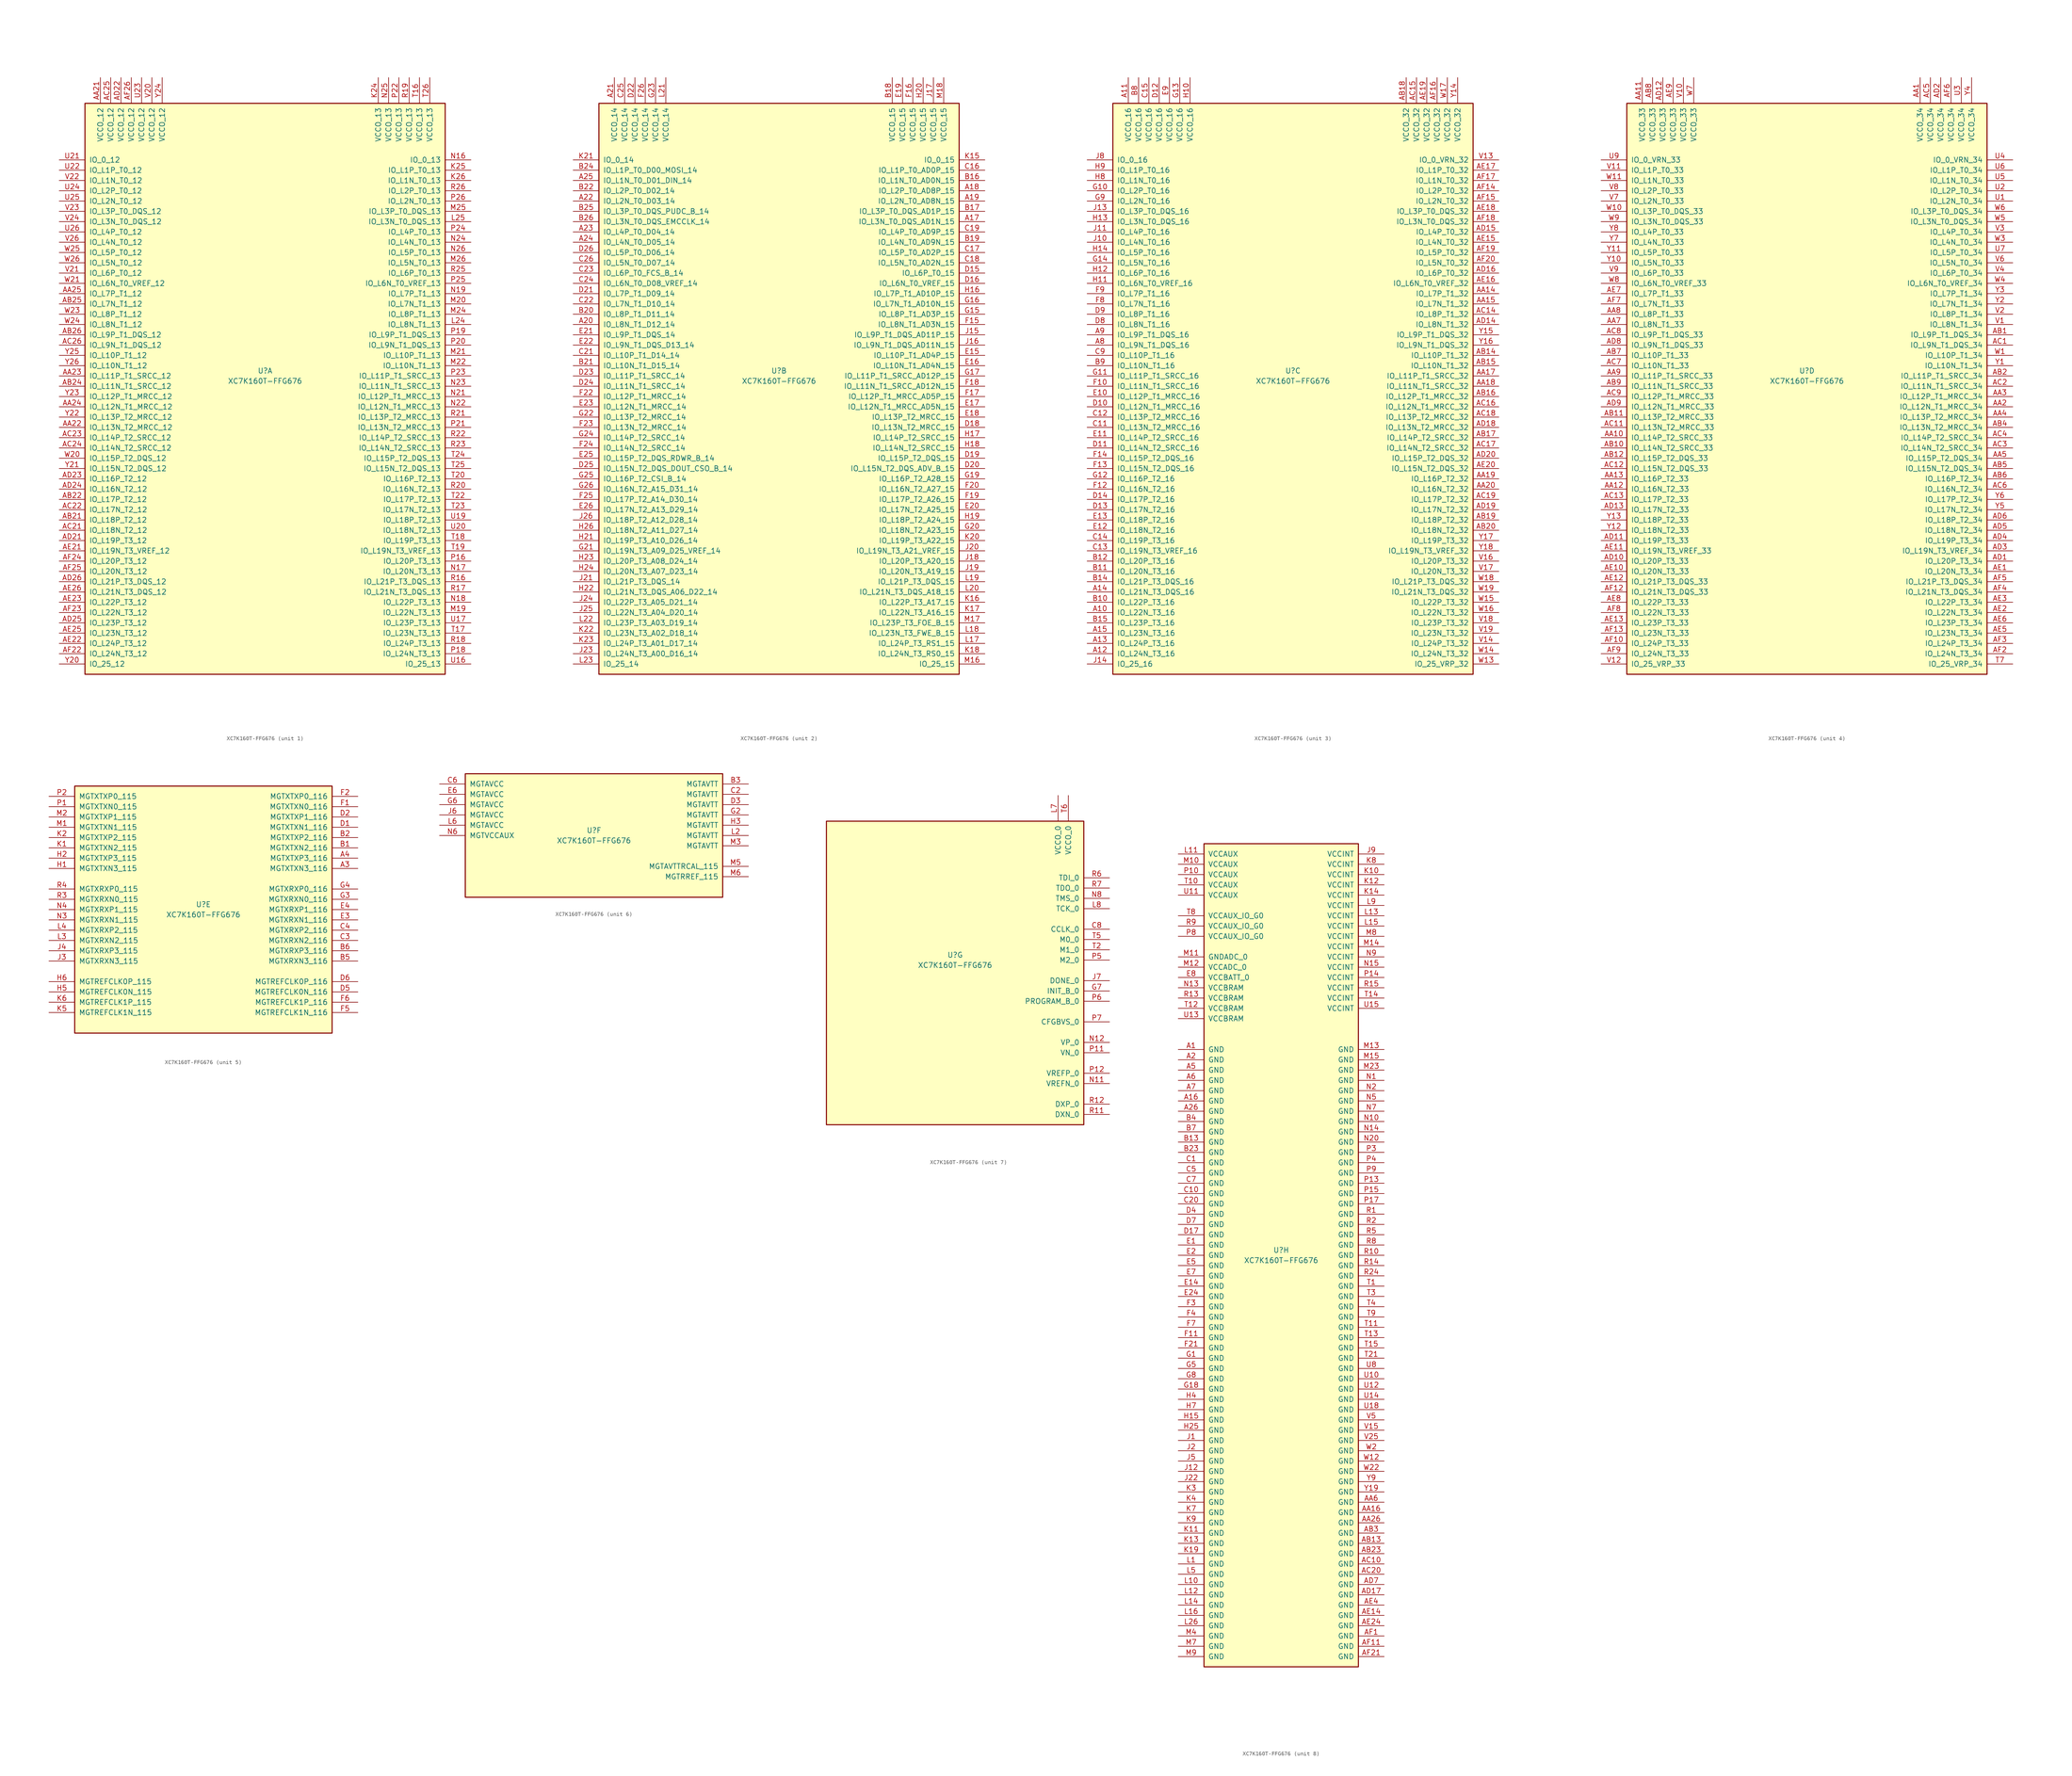
<source format=kicad_sym>
(kicad_symbol_lib
  (version 20211014)
  (generator kicad_symbol_editor)
  (symbol "XC7K160T-FFG676"
    (pin_names
      (offset 1.016))
    (property "Reference" "U"
      (at 0 1.27 0)
      (effects (font (size 1.27 1.27))))
    (property "Value" "XC7K160T-FFG676"
      (at 0 -1.27 0)
      (effects (font (size 1.27 1.27))))
    (property "Datasheet" ""
      (at 0 0 0)
      (effects (font (size 1.27 1.27))))
    (property "ki_locked" ""
      (at 0 0 0)
      (effects (font (size 1.27 1.27))))
    (symbol "XC7K160T-FFG676_1_1"
      (rectangle (start -44.45 67.31) (end 44.45 -73.66) (stroke (width 0.254) (type default) (color 0 0 0 0)) (fill (type background)))
      (pin power_in line (at -40.64 73.66 270) (length 6.35) (name "VCCO_12" (effects (font (size 1.27 1.27)))) (number "AA21" (effects (font (size 1.27 1.27)))))
      (pin bidirectional line (at -50.8 -12.7 0) (length 6.35) (name "IO_L13N_T2_MRCC_12" (effects (font (size 1.27 1.27)))) (number "AA22" (effects (font (size 1.27 1.27)))))
      (pin bidirectional line (at -50.8 0 0) (length 6.35) (name "IO_L11P_T1_SRCC_12" (effects (font (size 1.27 1.27)))) (number "AA23" (effects (font (size 1.27 1.27)))))
      (pin bidirectional line (at -50.8 -7.62 0) (length 6.35) (name "IO_L12N_T1_MRCC_12" (effects (font (size 1.27 1.27)))) (number "AA24" (effects (font (size 1.27 1.27)))))
      (pin bidirectional line (at -50.8 20.32 0) (length 6.35) (name "IO_L7P_T1_12" (effects (font (size 1.27 1.27)))) (number "AA25" (effects (font (size 1.27 1.27)))))
      (pin bidirectional line (at -50.8 -35.56 0) (length 6.35) (name "IO_L18P_T2_12" (effects (font (size 1.27 1.27)))) (number "AB21" (effects (font (size 1.27 1.27)))))
      (pin bidirectional line (at -50.8 -30.48 0) (length 6.35) (name "IO_L17P_T2_12" (effects (font (size 1.27 1.27)))) (number "AB22" (effects (font (size 1.27 1.27)))))
      (pin bidirectional line (at -50.8 -2.54 0) (length 6.35) (name "IO_L11N_T1_SRCC_12" (effects (font (size 1.27 1.27)))) (number "AB24" (effects (font (size 1.27 1.27)))))
      (pin bidirectional line (at -50.8 17.78 0) (length 6.35) (name "IO_L7N_T1_12" (effects (font (size 1.27 1.27)))) (number "AB25" (effects (font (size 1.27 1.27)))))
      (pin bidirectional line (at -50.8 10.16 0) (length 6.35) (name "IO_L9P_T1_DQS_12" (effects (font (size 1.27 1.27)))) (number "AB26" (effects (font (size 1.27 1.27)))))
      (pin bidirectional line (at -50.8 -38.1 0) (length 6.35) (name "IO_L18N_T2_12" (effects (font (size 1.27 1.27)))) (number "AC21" (effects (font (size 1.27 1.27)))))
      (pin bidirectional line (at -50.8 -33.02 0) (length 6.35) (name "IO_L17N_T2_12" (effects (font (size 1.27 1.27)))) (number "AC22" (effects (font (size 1.27 1.27)))))
      (pin bidirectional line (at -50.8 -15.24 0) (length 6.35) (name "IO_L14P_T2_SRCC_12" (effects (font (size 1.27 1.27)))) (number "AC23" (effects (font (size 1.27 1.27)))))
      (pin bidirectional line (at -50.8 -17.78 0) (length 6.35) (name "IO_L14N_T2_SRCC_12" (effects (font (size 1.27 1.27)))) (number "AC24" (effects (font (size 1.27 1.27)))))
      (pin power_in line (at -38.1 73.66 270) (length 6.35) (name "VCCO_12" (effects (font (size 1.27 1.27)))) (number "AC25" (effects (font (size 1.27 1.27)))))
      (pin bidirectional line (at -50.8 7.62 0) (length 6.35) (name "IO_L9N_T1_DQS_12" (effects (font (size 1.27 1.27)))) (number "AC26" (effects (font (size 1.27 1.27)))))
      (pin bidirectional line (at -50.8 -40.64 0) (length 6.35) (name "IO_L19P_T3_12" (effects (font (size 1.27 1.27)))) (number "AD21" (effects (font (size 1.27 1.27)))))
      (pin power_in line (at -35.56 73.66 270) (length 6.35) (name "VCCO_12" (effects (font (size 1.27 1.27)))) (number "AD22" (effects (font (size 1.27 1.27)))))
      (pin bidirectional line (at -50.8 -25.4 0) (length 6.35) (name "IO_L16P_T2_12" (effects (font (size 1.27 1.27)))) (number "AD23" (effects (font (size 1.27 1.27)))))
      (pin bidirectional line (at -50.8 -27.94 0) (length 6.35) (name "IO_L16N_T2_12" (effects (font (size 1.27 1.27)))) (number "AD24" (effects (font (size 1.27 1.27)))))
      (pin bidirectional line (at -50.8 -60.96 0) (length 6.35) (name "IO_L23P_T3_12" (effects (font (size 1.27 1.27)))) (number "AD25" (effects (font (size 1.27 1.27)))))
      (pin bidirectional line (at -50.8 -50.8 0) (length 6.35) (name "IO_L21P_T3_DQS_12" (effects (font (size 1.27 1.27)))) (number "AD26" (effects (font (size 1.27 1.27)))))
      (pin bidirectional line (at -50.8 -43.18 0) (length 6.35) (name "IO_L19N_T3_VREF_12" (effects (font (size 1.27 1.27)))) (number "AE21" (effects (font (size 1.27 1.27)))))
      (pin bidirectional line (at -50.8 -66.04 0) (length 6.35) (name "IO_L24P_T3_12" (effects (font (size 1.27 1.27)))) (number "AE22" (effects (font (size 1.27 1.27)))))
      (pin bidirectional line (at -50.8 -55.88 0) (length 6.35) (name "IO_L22P_T3_12" (effects (font (size 1.27 1.27)))) (number "AE23" (effects (font (size 1.27 1.27)))))
      (pin bidirectional line (at -50.8 -63.5 0) (length 6.35) (name "IO_L23N_T3_12" (effects (font (size 1.27 1.27)))) (number "AE25" (effects (font (size 1.27 1.27)))))
      (pin bidirectional line (at -50.8 -53.34 0) (length 6.35) (name "IO_L21N_T3_DQS_12" (effects (font (size 1.27 1.27)))) (number "AE26" (effects (font (size 1.27 1.27)))))
      (pin bidirectional line (at -50.8 -68.58 0) (length 6.35) (name "IO_L24N_T3_12" (effects (font (size 1.27 1.27)))) (number "AF22" (effects (font (size 1.27 1.27)))))
      (pin bidirectional line (at -50.8 -58.42 0) (length 6.35) (name "IO_L22N_T3_12" (effects (font (size 1.27 1.27)))) (number "AF23" (effects (font (size 1.27 1.27)))))
      (pin bidirectional line (at -50.8 -45.72 0) (length 6.35) (name "IO_L20P_T3_12" (effects (font (size 1.27 1.27)))) (number "AF24" (effects (font (size 1.27 1.27)))))
      (pin bidirectional line (at -50.8 -48.26 0) (length 6.35) (name "IO_L20N_T3_12" (effects (font (size 1.27 1.27)))) (number "AF25" (effects (font (size 1.27 1.27)))))
      (pin power_in line (at -33.02 73.66 270) (length 6.35) (name "VCCO_12" (effects (font (size 1.27 1.27)))) (number "AF26" (effects (font (size 1.27 1.27)))))
      (pin power_in line (at 27.94 73.66 270) (length 6.35) (name "VCCO_13" (effects (font (size 1.27 1.27)))) (number "K24" (effects (font (size 1.27 1.27)))))
      (pin bidirectional line (at 50.8 50.8 180) (length 6.35) (name "IO_L1P_T0_13" (effects (font (size 1.27 1.27)))) (number "K25" (effects (font (size 1.27 1.27)))))
      (pin bidirectional line (at 50.8 48.26 180) (length 6.35) (name "IO_L1N_T0_13" (effects (font (size 1.27 1.27)))) (number "K26" (effects (font (size 1.27 1.27)))))
      (pin bidirectional line (at 50.8 12.7 180) (length 6.35) (name "IO_L8N_T1_13" (effects (font (size 1.27 1.27)))) (number "L24" (effects (font (size 1.27 1.27)))))
      (pin bidirectional line (at 50.8 38.1 180) (length 6.35) (name "IO_L3N_T0_DQS_13" (effects (font (size 1.27 1.27)))) (number "L25" (effects (font (size 1.27 1.27)))))
      (pin bidirectional line (at 50.8 -58.42 180) (length 6.35) (name "IO_L22N_T3_13" (effects (font (size 1.27 1.27)))) (number "M19" (effects (font (size 1.27 1.27)))))
      (pin bidirectional line (at 50.8 17.78 180) (length 6.35) (name "IO_L7N_T1_13" (effects (font (size 1.27 1.27)))) (number "M20" (effects (font (size 1.27 1.27)))))
      (pin bidirectional line (at 50.8 5.08 180) (length 6.35) (name "IO_L10P_T1_13" (effects (font (size 1.27 1.27)))) (number "M21" (effects (font (size 1.27 1.27)))))
      (pin bidirectional line (at 50.8 2.54 180) (length 6.35) (name "IO_L10N_T1_13" (effects (font (size 1.27 1.27)))) (number "M22" (effects (font (size 1.27 1.27)))))
      (pin bidirectional line (at 50.8 15.24 180) (length 6.35) (name "IO_L8P_T1_13" (effects (font (size 1.27 1.27)))) (number "M24" (effects (font (size 1.27 1.27)))))
      (pin bidirectional line (at 50.8 40.64 180) (length 6.35) (name "IO_L3P_T0_DQS_13" (effects (font (size 1.27 1.27)))) (number "M25" (effects (font (size 1.27 1.27)))))
      (pin bidirectional line (at 50.8 27.94 180) (length 6.35) (name "IO_L5N_T0_13" (effects (font (size 1.27 1.27)))) (number "M26" (effects (font (size 1.27 1.27)))))
      (pin bidirectional line (at 50.8 53.34 180) (length 6.35) (name "IO_0_13" (effects (font (size 1.27 1.27)))) (number "N16" (effects (font (size 1.27 1.27)))))
      (pin bidirectional line (at 50.8 -48.26 180) (length 6.35) (name "IO_L20N_T3_13" (effects (font (size 1.27 1.27)))) (number "N17" (effects (font (size 1.27 1.27)))))
      (pin bidirectional line (at 50.8 -55.88 180) (length 6.35) (name "IO_L22P_T3_13" (effects (font (size 1.27 1.27)))) (number "N18" (effects (font (size 1.27 1.27)))))
      (pin bidirectional line (at 50.8 20.32 180) (length 6.35) (name "IO_L7P_T1_13" (effects (font (size 1.27 1.27)))) (number "N19" (effects (font (size 1.27 1.27)))))
      (pin bidirectional line (at 50.8 -5.08 180) (length 6.35) (name "IO_L12P_T1_MRCC_13" (effects (font (size 1.27 1.27)))) (number "N21" (effects (font (size 1.27 1.27)))))
      (pin bidirectional line (at 50.8 -7.62 180) (length 6.35) (name "IO_L12N_T1_MRCC_13" (effects (font (size 1.27 1.27)))) (number "N22" (effects (font (size 1.27 1.27)))))
      (pin bidirectional line (at 50.8 -2.54 180) (length 6.35) (name "IO_L11N_T1_SRCC_13" (effects (font (size 1.27 1.27)))) (number "N23" (effects (font (size 1.27 1.27)))))
      (pin bidirectional line (at 50.8 33.02 180) (length 6.35) (name "IO_L4N_T0_13" (effects (font (size 1.27 1.27)))) (number "N24" (effects (font (size 1.27 1.27)))))
      (pin power_in line (at 30.48 73.66 270) (length 6.35) (name "VCCO_13" (effects (font (size 1.27 1.27)))) (number "N25" (effects (font (size 1.27 1.27)))))
      (pin bidirectional line (at 50.8 30.48 180) (length 6.35) (name "IO_L5P_T0_13" (effects (font (size 1.27 1.27)))) (number "N26" (effects (font (size 1.27 1.27)))))
      (pin bidirectional line (at 50.8 -45.72 180) (length 6.35) (name "IO_L20P_T3_13" (effects (font (size 1.27 1.27)))) (number "P16" (effects (font (size 1.27 1.27)))))
      (pin bidirectional line (at 50.8 -68.58 180) (length 6.35) (name "IO_L24N_T3_13" (effects (font (size 1.27 1.27)))) (number "P18" (effects (font (size 1.27 1.27)))))
      (pin bidirectional line (at 50.8 10.16 180) (length 6.35) (name "IO_L9P_T1_DQS_13" (effects (font (size 1.27 1.27)))) (number "P19" (effects (font (size 1.27 1.27)))))
      (pin bidirectional line (at 50.8 7.62 180) (length 6.35) (name "IO_L9N_T1_DQS_13" (effects (font (size 1.27 1.27)))) (number "P20" (effects (font (size 1.27 1.27)))))
      (pin bidirectional line (at 50.8 -12.7 180) (length 6.35) (name "IO_L13N_T2_MRCC_13" (effects (font (size 1.27 1.27)))) (number "P21" (effects (font (size 1.27 1.27)))))
      (pin power_in line (at 33.02 73.66 270) (length 6.35) (name "VCCO_13" (effects (font (size 1.27 1.27)))) (number "P22" (effects (font (size 1.27 1.27)))))
      (pin bidirectional line (at 50.8 0 180) (length 6.35) (name "IO_L11P_T1_SRCC_13" (effects (font (size 1.27 1.27)))) (number "P23" (effects (font (size 1.27 1.27)))))
      (pin bidirectional line (at 50.8 35.56 180) (length 6.35) (name "IO_L4P_T0_13" (effects (font (size 1.27 1.27)))) (number "P24" (effects (font (size 1.27 1.27)))))
      (pin bidirectional line (at 50.8 22.86 180) (length 6.35) (name "IO_L6N_T0_VREF_13" (effects (font (size 1.27 1.27)))) (number "P25" (effects (font (size 1.27 1.27)))))
      (pin bidirectional line (at 50.8 43.18 180) (length 6.35) (name "IO_L2N_T0_13" (effects (font (size 1.27 1.27)))) (number "P26" (effects (font (size 1.27 1.27)))))
      (pin bidirectional line (at 50.8 -50.8 180) (length 6.35) (name "IO_L21P_T3_DQS_13" (effects (font (size 1.27 1.27)))) (number "R16" (effects (font (size 1.27 1.27)))))
      (pin bidirectional line (at 50.8 -53.34 180) (length 6.35) (name "IO_L21N_T3_DQS_13" (effects (font (size 1.27 1.27)))) (number "R17" (effects (font (size 1.27 1.27)))))
      (pin bidirectional line (at 50.8 -66.04 180) (length 6.35) (name "IO_L24P_T3_13" (effects (font (size 1.27 1.27)))) (number "R18" (effects (font (size 1.27 1.27)))))
      (pin power_in line (at 35.56 73.66 270) (length 6.35) (name "VCCO_13" (effects (font (size 1.27 1.27)))) (number "R19" (effects (font (size 1.27 1.27)))))
      (pin bidirectional line (at 50.8 -27.94 180) (length 6.35) (name "IO_L16N_T2_13" (effects (font (size 1.27 1.27)))) (number "R20" (effects (font (size 1.27 1.27)))))
      (pin bidirectional line (at 50.8 -10.16 180) (length 6.35) (name "IO_L13P_T2_MRCC_13" (effects (font (size 1.27 1.27)))) (number "R21" (effects (font (size 1.27 1.27)))))
      (pin bidirectional line (at 50.8 -15.24 180) (length 6.35) (name "IO_L14P_T2_SRCC_13" (effects (font (size 1.27 1.27)))) (number "R22" (effects (font (size 1.27 1.27)))))
      (pin bidirectional line (at 50.8 -17.78 180) (length 6.35) (name "IO_L14N_T2_SRCC_13" (effects (font (size 1.27 1.27)))) (number "R23" (effects (font (size 1.27 1.27)))))
      (pin bidirectional line (at 50.8 25.4 180) (length 6.35) (name "IO_L6P_T0_13" (effects (font (size 1.27 1.27)))) (number "R25" (effects (font (size 1.27 1.27)))))
      (pin bidirectional line (at 50.8 45.72 180) (length 6.35) (name "IO_L2P_T0_13" (effects (font (size 1.27 1.27)))) (number "R26" (effects (font (size 1.27 1.27)))))
      (pin power_in line (at 38.1 73.66 270) (length 6.35) (name "VCCO_13" (effects (font (size 1.27 1.27)))) (number "T16" (effects (font (size 1.27 1.27)))))
      (pin bidirectional line (at 50.8 -63.5 180) (length 6.35) (name "IO_L23N_T3_13" (effects (font (size 1.27 1.27)))) (number "T17" (effects (font (size 1.27 1.27)))))
      (pin bidirectional line (at 50.8 -40.64 180) (length 6.35) (name "IO_L19P_T3_13" (effects (font (size 1.27 1.27)))) (number "T18" (effects (font (size 1.27 1.27)))))
      (pin bidirectional line (at 50.8 -43.18 180) (length 6.35) (name "IO_L19N_T3_VREF_13" (effects (font (size 1.27 1.27)))) (number "T19" (effects (font (size 1.27 1.27)))))
      (pin bidirectional line (at 50.8 -25.4 180) (length 6.35) (name "IO_L16P_T2_13" (effects (font (size 1.27 1.27)))) (number "T20" (effects (font (size 1.27 1.27)))))
      (pin bidirectional line (at 50.8 -30.48 180) (length 6.35) (name "IO_L17P_T2_13" (effects (font (size 1.27 1.27)))) (number "T22" (effects (font (size 1.27 1.27)))))
      (pin bidirectional line (at 50.8 -33.02 180) (length 6.35) (name "IO_L17N_T2_13" (effects (font (size 1.27 1.27)))) (number "T23" (effects (font (size 1.27 1.27)))))
      (pin bidirectional line (at 50.8 -20.32 180) (length 6.35) (name "IO_L15P_T2_DQS_13" (effects (font (size 1.27 1.27)))) (number "T24" (effects (font (size 1.27 1.27)))))
      (pin bidirectional line (at 50.8 -22.86 180) (length 6.35) (name "IO_L15N_T2_DQS_13" (effects (font (size 1.27 1.27)))) (number "T25" (effects (font (size 1.27 1.27)))))
      (pin power_in line (at 40.64 73.66 270) (length 6.35) (name "VCCO_13" (effects (font (size 1.27 1.27)))) (number "T26" (effects (font (size 1.27 1.27)))))
      (pin bidirectional line (at 50.8 -71.12 180) (length 6.35) (name "IO_25_13" (effects (font (size 1.27 1.27)))) (number "U16" (effects (font (size 1.27 1.27)))))
      (pin bidirectional line (at 50.8 -60.96 180) (length 6.35) (name "IO_L23P_T3_13" (effects (font (size 1.27 1.27)))) (number "U17" (effects (font (size 1.27 1.27)))))
      (pin bidirectional line (at 50.8 -35.56 180) (length 6.35) (name "IO_L18P_T2_13" (effects (font (size 1.27 1.27)))) (number "U19" (effects (font (size 1.27 1.27)))))
      (pin bidirectional line (at 50.8 -38.1 180) (length 6.35) (name "IO_L18N_T2_13" (effects (font (size 1.27 1.27)))) (number "U20" (effects (font (size 1.27 1.27)))))
      (pin bidirectional line (at -50.8 53.34 0) (length 6.35) (name "IO_0_12" (effects (font (size 1.27 1.27)))) (number "U21" (effects (font (size 1.27 1.27)))))
      (pin bidirectional line (at -50.8 50.8 0) (length 6.35) (name "IO_L1P_T0_12" (effects (font (size 1.27 1.27)))) (number "U22" (effects (font (size 1.27 1.27)))))
      (pin power_in line (at -30.48 73.66 270) (length 6.35) (name "VCCO_12" (effects (font (size 1.27 1.27)))) (number "U23" (effects (font (size 1.27 1.27)))))
      (pin bidirectional line (at -50.8 45.72 0) (length 6.35) (name "IO_L2P_T0_12" (effects (font (size 1.27 1.27)))) (number "U24" (effects (font (size 1.27 1.27)))))
      (pin bidirectional line (at -50.8 43.18 0) (length 6.35) (name "IO_L2N_T0_12" (effects (font (size 1.27 1.27)))) (number "U25" (effects (font (size 1.27 1.27)))))
      (pin bidirectional line (at -50.8 35.56 0) (length 6.35) (name "IO_L4P_T0_12" (effects (font (size 1.27 1.27)))) (number "U26" (effects (font (size 1.27 1.27)))))
      (pin power_in line (at -27.94 73.66 270) (length 6.35) (name "VCCO_12" (effects (font (size 1.27 1.27)))) (number "V20" (effects (font (size 1.27 1.27)))))
      (pin bidirectional line (at -50.8 25.4 0) (length 6.35) (name "IO_L6P_T0_12" (effects (font (size 1.27 1.27)))) (number "V21" (effects (font (size 1.27 1.27)))))
      (pin bidirectional line (at -50.8 48.26 0) (length 6.35) (name "IO_L1N_T0_12" (effects (font (size 1.27 1.27)))) (number "V22" (effects (font (size 1.27 1.27)))))
      (pin bidirectional line (at -50.8 40.64 0) (length 6.35) (name "IO_L3P_T0_DQS_12" (effects (font (size 1.27 1.27)))) (number "V23" (effects (font (size 1.27 1.27)))))
      (pin bidirectional line (at -50.8 38.1 0) (length 6.35) (name "IO_L3N_T0_DQS_12" (effects (font (size 1.27 1.27)))) (number "V24" (effects (font (size 1.27 1.27)))))
      (pin bidirectional line (at -50.8 33.02 0) (length 6.35) (name "IO_L4N_T0_12" (effects (font (size 1.27 1.27)))) (number "V26" (effects (font (size 1.27 1.27)))))
      (pin bidirectional line (at -50.8 -20.32 0) (length 6.35) (name "IO_L15P_T2_DQS_12" (effects (font (size 1.27 1.27)))) (number "W20" (effects (font (size 1.27 1.27)))))
      (pin bidirectional line (at -50.8 22.86 0) (length 6.35) (name "IO_L6N_T0_VREF_12" (effects (font (size 1.27 1.27)))) (number "W21" (effects (font (size 1.27 1.27)))))
      (pin bidirectional line (at -50.8 15.24 0) (length 6.35) (name "IO_L8P_T1_12" (effects (font (size 1.27 1.27)))) (number "W23" (effects (font (size 1.27 1.27)))))
      (pin bidirectional line (at -50.8 12.7 0) (length 6.35) (name "IO_L8N_T1_12" (effects (font (size 1.27 1.27)))) (number "W24" (effects (font (size 1.27 1.27)))))
      (pin bidirectional line (at -50.8 30.48 0) (length 6.35) (name "IO_L5P_T0_12" (effects (font (size 1.27 1.27)))) (number "W25" (effects (font (size 1.27 1.27)))))
      (pin bidirectional line (at -50.8 27.94 0) (length 6.35) (name "IO_L5N_T0_12" (effects (font (size 1.27 1.27)))) (number "W26" (effects (font (size 1.27 1.27)))))
      (pin bidirectional line (at -50.8 -71.12 0) (length 6.35) (name "IO_25_12" (effects (font (size 1.27 1.27)))) (number "Y20" (effects (font (size 1.27 1.27)))))
      (pin bidirectional line (at -50.8 -22.86 0) (length 6.35) (name "IO_L15N_T2_DQS_12" (effects (font (size 1.27 1.27)))) (number "Y21" (effects (font (size 1.27 1.27)))))
      (pin bidirectional line (at -50.8 -10.16 0) (length 6.35) (name "IO_L13P_T2_MRCC_12" (effects (font (size 1.27 1.27)))) (number "Y22" (effects (font (size 1.27 1.27)))))
      (pin bidirectional line (at -50.8 -5.08 0) (length 6.35) (name "IO_L12P_T1_MRCC_12" (effects (font (size 1.27 1.27)))) (number "Y23" (effects (font (size 1.27 1.27)))))
      (pin power_in line (at -25.4 73.66 270) (length 6.35) (name "VCCO_12" (effects (font (size 1.27 1.27)))) (number "Y24" (effects (font (size 1.27 1.27)))))
      (pin bidirectional line (at -50.8 5.08 0) (length 6.35) (name "IO_L10P_T1_12" (effects (font (size 1.27 1.27)))) (number "Y25" (effects (font (size 1.27 1.27)))))
      (pin bidirectional line (at -50.8 2.54 0) (length 6.35) (name "IO_L10N_T1_12" (effects (font (size 1.27 1.27)))) (number "Y26" (effects (font (size 1.27 1.27))))))
    (symbol "XC7K160T-FFG676_2_1"
      (rectangle (start -44.45 67.31) (end 44.45 -73.66) (stroke (width 0.254) (type default) (color 0 0 0 0)) (fill (type background)))
      (pin bidirectional line (at 50.8 38.1 180) (length 6.35) (name "IO_L3N_T0_DQS_AD1N_15" (effects (font (size 1.27 1.27)))) (number "A17" (effects (font (size 1.27 1.27)))))
      (pin bidirectional line (at 50.8 45.72 180) (length 6.35) (name "IO_L2P_T0_AD8P_15" (effects (font (size 1.27 1.27)))) (number "A18" (effects (font (size 1.27 1.27)))))
      (pin bidirectional line (at 50.8 43.18 180) (length 6.35) (name "IO_L2N_T0_AD8N_15" (effects (font (size 1.27 1.27)))) (number "A19" (effects (font (size 1.27 1.27)))))
      (pin bidirectional line (at -50.8 12.7 0) (length 6.35) (name "IO_L8N_T1_D12_14" (effects (font (size 1.27 1.27)))) (number "A20" (effects (font (size 1.27 1.27)))))
      (pin power_in line (at -40.64 73.66 270) (length 6.35) (name "VCCO_14" (effects (font (size 1.27 1.27)))) (number "A21" (effects (font (size 1.27 1.27)))))
      (pin bidirectional line (at -50.8 43.18 0) (length 6.35) (name "IO_L2N_T0_D03_14" (effects (font (size 1.27 1.27)))) (number "A22" (effects (font (size 1.27 1.27)))))
      (pin bidirectional line (at -50.8 35.56 0) (length 6.35) (name "IO_L4P_T0_D04_14" (effects (font (size 1.27 1.27)))) (number "A23" (effects (font (size 1.27 1.27)))))
      (pin bidirectional line (at -50.8 33.02 0) (length 6.35) (name "IO_L4N_T0_D05_14" (effects (font (size 1.27 1.27)))) (number "A24" (effects (font (size 1.27 1.27)))))
      (pin bidirectional line (at -50.8 48.26 0) (length 6.35) (name "IO_L1N_T0_D01_DIN_14" (effects (font (size 1.27 1.27)))) (number "A25" (effects (font (size 1.27 1.27)))))
      (pin bidirectional line (at 50.8 48.26 180) (length 6.35) (name "IO_L1N_T0_AD0N_15" (effects (font (size 1.27 1.27)))) (number "B16" (effects (font (size 1.27 1.27)))))
      (pin bidirectional line (at 50.8 40.64 180) (length 6.35) (name "IO_L3P_T0_DQS_AD1P_15" (effects (font (size 1.27 1.27)))) (number "B17" (effects (font (size 1.27 1.27)))))
      (pin power_in line (at 27.94 73.66 270) (length 6.35) (name "VCCO_15" (effects (font (size 1.27 1.27)))) (number "B18" (effects (font (size 1.27 1.27)))))
      (pin bidirectional line (at 50.8 33.02 180) (length 6.35) (name "IO_L4N_T0_AD9N_15" (effects (font (size 1.27 1.27)))) (number "B19" (effects (font (size 1.27 1.27)))))
      (pin bidirectional line (at -50.8 15.24 0) (length 6.35) (name "IO_L8P_T1_D11_14" (effects (font (size 1.27 1.27)))) (number "B20" (effects (font (size 1.27 1.27)))))
      (pin bidirectional line (at -50.8 2.54 0) (length 6.35) (name "IO_L10N_T1_D15_14" (effects (font (size 1.27 1.27)))) (number "B21" (effects (font (size 1.27 1.27)))))
      (pin bidirectional line (at -50.8 45.72 0) (length 6.35) (name "IO_L2P_T0_D02_14" (effects (font (size 1.27 1.27)))) (number "B22" (effects (font (size 1.27 1.27)))))
      (pin bidirectional line (at -50.8 50.8 0) (length 6.35) (name "IO_L1P_T0_D00_MOSI_14" (effects (font (size 1.27 1.27)))) (number "B24" (effects (font (size 1.27 1.27)))))
      (pin bidirectional line (at -50.8 40.64 0) (length 6.35) (name "IO_L3P_T0_DQS_PUDC_B_14" (effects (font (size 1.27 1.27)))) (number "B25" (effects (font (size 1.27 1.27)))))
      (pin bidirectional line (at -50.8 38.1 0) (length 6.35) (name "IO_L3N_T0_DQS_EMCCLK_14" (effects (font (size 1.27 1.27)))) (number "B26" (effects (font (size 1.27 1.27)))))
      (pin bidirectional line (at 50.8 50.8 180) (length 6.35) (name "IO_L1P_T0_AD0P_15" (effects (font (size 1.27 1.27)))) (number "C16" (effects (font (size 1.27 1.27)))))
      (pin bidirectional line (at 50.8 30.48 180) (length 6.35) (name "IO_L5P_T0_AD2P_15" (effects (font (size 1.27 1.27)))) (number "C17" (effects (font (size 1.27 1.27)))))
      (pin bidirectional line (at 50.8 27.94 180) (length 6.35) (name "IO_L5N_T0_AD2N_15" (effects (font (size 1.27 1.27)))) (number "C18" (effects (font (size 1.27 1.27)))))
      (pin bidirectional line (at 50.8 35.56 180) (length 6.35) (name "IO_L4P_T0_AD9P_15" (effects (font (size 1.27 1.27)))) (number "C19" (effects (font (size 1.27 1.27)))))
      (pin bidirectional line (at -50.8 5.08 0) (length 6.35) (name "IO_L10P_T1_D14_14" (effects (font (size 1.27 1.27)))) (number "C21" (effects (font (size 1.27 1.27)))))
      (pin bidirectional line (at -50.8 17.78 0) (length 6.35) (name "IO_L7N_T1_D10_14" (effects (font (size 1.27 1.27)))) (number "C22" (effects (font (size 1.27 1.27)))))
      (pin bidirectional line (at -50.8 25.4 0) (length 6.35) (name "IO_L6P_T0_FCS_B_14" (effects (font (size 1.27 1.27)))) (number "C23" (effects (font (size 1.27 1.27)))))
      (pin bidirectional line (at -50.8 22.86 0) (length 6.35) (name "IO_L6N_T0_D08_VREF_14" (effects (font (size 1.27 1.27)))) (number "C24" (effects (font (size 1.27 1.27)))))
      (pin power_in line (at -38.1 73.66 270) (length 6.35) (name "VCCO_14" (effects (font (size 1.27 1.27)))) (number "C25" (effects (font (size 1.27 1.27)))))
      (pin bidirectional line (at -50.8 27.94 0) (length 6.35) (name "IO_L5N_T0_D07_14" (effects (font (size 1.27 1.27)))) (number "C26" (effects (font (size 1.27 1.27)))))
      (pin bidirectional line (at 50.8 25.4 180) (length 6.35) (name "IO_L6P_T0_15" (effects (font (size 1.27 1.27)))) (number "D15" (effects (font (size 1.27 1.27)))))
      (pin bidirectional line (at 50.8 22.86 180) (length 6.35) (name "IO_L6N_T0_VREF_15" (effects (font (size 1.27 1.27)))) (number "D16" (effects (font (size 1.27 1.27)))))
      (pin bidirectional line (at 50.8 -12.7 180) (length 6.35) (name "IO_L13N_T2_MRCC_15" (effects (font (size 1.27 1.27)))) (number "D18" (effects (font (size 1.27 1.27)))))
      (pin bidirectional line (at 50.8 -20.32 180) (length 6.35) (name "IO_L15P_T2_DQS_15" (effects (font (size 1.27 1.27)))) (number "D19" (effects (font (size 1.27 1.27)))))
      (pin bidirectional line (at 50.8 -22.86 180) (length 6.35) (name "IO_L15N_T2_DQS_ADV_B_15" (effects (font (size 1.27 1.27)))) (number "D20" (effects (font (size 1.27 1.27)))))
      (pin bidirectional line (at -50.8 20.32 0) (length 6.35) (name "IO_L7P_T1_D09_14" (effects (font (size 1.27 1.27)))) (number "D21" (effects (font (size 1.27 1.27)))))
      (pin power_in line (at -35.56 73.66 270) (length 6.35) (name "VCCO_14" (effects (font (size 1.27 1.27)))) (number "D22" (effects (font (size 1.27 1.27)))))
      (pin bidirectional line (at -50.8 0 0) (length 6.35) (name "IO_L11P_T1_SRCC_14" (effects (font (size 1.27 1.27)))) (number "D23" (effects (font (size 1.27 1.27)))))
      (pin bidirectional line (at -50.8 -2.54 0) (length 6.35) (name "IO_L11N_T1_SRCC_14" (effects (font (size 1.27 1.27)))) (number "D24" (effects (font (size 1.27 1.27)))))
      (pin bidirectional line (at -50.8 -22.86 0) (length 6.35) (name "IO_L15N_T2_DQS_DOUT_CSO_B_14" (effects (font (size 1.27 1.27)))) (number "D25" (effects (font (size 1.27 1.27)))))
      (pin bidirectional line (at -50.8 30.48 0) (length 6.35) (name "IO_L5P_T0_D06_14" (effects (font (size 1.27 1.27)))) (number "D26" (effects (font (size 1.27 1.27)))))
      (pin bidirectional line (at 50.8 5.08 180) (length 6.35) (name "IO_L10P_T1_AD4P_15" (effects (font (size 1.27 1.27)))) (number "E15" (effects (font (size 1.27 1.27)))))
      (pin bidirectional line (at 50.8 2.54 180) (length 6.35) (name "IO_L10N_T1_AD4N_15" (effects (font (size 1.27 1.27)))) (number "E16" (effects (font (size 1.27 1.27)))))
      (pin bidirectional line (at 50.8 -7.62 180) (length 6.35) (name "IO_L12N_T1_MRCC_AD5N_15" (effects (font (size 1.27 1.27)))) (number "E17" (effects (font (size 1.27 1.27)))))
      (pin bidirectional line (at 50.8 -10.16 180) (length 6.35) (name "IO_L13P_T2_MRCC_15" (effects (font (size 1.27 1.27)))) (number "E18" (effects (font (size 1.27 1.27)))))
      (pin power_in line (at 30.48 73.66 270) (length 6.35) (name "VCCO_15" (effects (font (size 1.27 1.27)))) (number "E19" (effects (font (size 1.27 1.27)))))
      (pin bidirectional line (at 50.8 -33.02 180) (length 6.35) (name "IO_L17N_T2_A25_15" (effects (font (size 1.27 1.27)))) (number "E20" (effects (font (size 1.27 1.27)))))
      (pin bidirectional line (at -50.8 10.16 0) (length 6.35) (name "IO_L9P_T1_DQS_14" (effects (font (size 1.27 1.27)))) (number "E21" (effects (font (size 1.27 1.27)))))
      (pin bidirectional line (at -50.8 7.62 0) (length 6.35) (name "IO_L9N_T1_DQS_D13_14" (effects (font (size 1.27 1.27)))) (number "E22" (effects (font (size 1.27 1.27)))))
      (pin bidirectional line (at -50.8 -7.62 0) (length 6.35) (name "IO_L12N_T1_MRCC_14" (effects (font (size 1.27 1.27)))) (number "E23" (effects (font (size 1.27 1.27)))))
      (pin bidirectional line (at -50.8 -20.32 0) (length 6.35) (name "IO_L15P_T2_DQS_RDWR_B_14" (effects (font (size 1.27 1.27)))) (number "E25" (effects (font (size 1.27 1.27)))))
      (pin bidirectional line (at -50.8 -33.02 0) (length 6.35) (name "IO_L17N_T2_A13_D29_14" (effects (font (size 1.27 1.27)))) (number "E26" (effects (font (size 1.27 1.27)))))
      (pin bidirectional line (at 50.8 12.7 180) (length 6.35) (name "IO_L8N_T1_AD3N_15" (effects (font (size 1.27 1.27)))) (number "F15" (effects (font (size 1.27 1.27)))))
      (pin power_in line (at 33.02 73.66 270) (length 6.35) (name "VCCO_15" (effects (font (size 1.27 1.27)))) (number "F16" (effects (font (size 1.27 1.27)))))
      (pin bidirectional line (at 50.8 -5.08 180) (length 6.35) (name "IO_L12P_T1_MRCC_AD5P_15" (effects (font (size 1.27 1.27)))) (number "F17" (effects (font (size 1.27 1.27)))))
      (pin bidirectional line (at 50.8 -2.54 180) (length 6.35) (name "IO_L11N_T1_SRCC_AD12N_15" (effects (font (size 1.27 1.27)))) (number "F18" (effects (font (size 1.27 1.27)))))
      (pin bidirectional line (at 50.8 -30.48 180) (length 6.35) (name "IO_L17P_T2_A26_15" (effects (font (size 1.27 1.27)))) (number "F19" (effects (font (size 1.27 1.27)))))
      (pin bidirectional line (at 50.8 -27.94 180) (length 6.35) (name "IO_L16N_T2_A27_15" (effects (font (size 1.27 1.27)))) (number "F20" (effects (font (size 1.27 1.27)))))
      (pin bidirectional line (at -50.8 -5.08 0) (length 6.35) (name "IO_L12P_T1_MRCC_14" (effects (font (size 1.27 1.27)))) (number "F22" (effects (font (size 1.27 1.27)))))
      (pin bidirectional line (at -50.8 -12.7 0) (length 6.35) (name "IO_L13N_T2_MRCC_14" (effects (font (size 1.27 1.27)))) (number "F23" (effects (font (size 1.27 1.27)))))
      (pin bidirectional line (at -50.8 -17.78 0) (length 6.35) (name "IO_L14N_T2_SRCC_14" (effects (font (size 1.27 1.27)))) (number "F24" (effects (font (size 1.27 1.27)))))
      (pin bidirectional line (at -50.8 -30.48 0) (length 6.35) (name "IO_L17P_T2_A14_D30_14" (effects (font (size 1.27 1.27)))) (number "F25" (effects (font (size 1.27 1.27)))))
      (pin power_in line (at -33.02 73.66 270) (length 6.35) (name "VCCO_14" (effects (font (size 1.27 1.27)))) (number "F26" (effects (font (size 1.27 1.27)))))
      (pin bidirectional line (at 50.8 15.24 180) (length 6.35) (name "IO_L8P_T1_AD3P_15" (effects (font (size 1.27 1.27)))) (number "G15" (effects (font (size 1.27 1.27)))))
      (pin bidirectional line (at 50.8 17.78 180) (length 6.35) (name "IO_L7N_T1_AD10N_15" (effects (font (size 1.27 1.27)))) (number "G16" (effects (font (size 1.27 1.27)))))
      (pin bidirectional line (at 50.8 0 180) (length 6.35) (name "IO_L11P_T1_SRCC_AD12P_15" (effects (font (size 1.27 1.27)))) (number "G17" (effects (font (size 1.27 1.27)))))
      (pin bidirectional line (at 50.8 -25.4 180) (length 6.35) (name "IO_L16P_T2_A28_15" (effects (font (size 1.27 1.27)))) (number "G19" (effects (font (size 1.27 1.27)))))
      (pin bidirectional line (at 50.8 -38.1 180) (length 6.35) (name "IO_L18N_T2_A23_15" (effects (font (size 1.27 1.27)))) (number "G20" (effects (font (size 1.27 1.27)))))
      (pin bidirectional line (at -50.8 -43.18 0) (length 6.35) (name "IO_L19N_T3_A09_D25_VREF_14" (effects (font (size 1.27 1.27)))) (number "G21" (effects (font (size 1.27 1.27)))))
      (pin bidirectional line (at -50.8 -10.16 0) (length 6.35) (name "IO_L13P_T2_MRCC_14" (effects (font (size 1.27 1.27)))) (number "G22" (effects (font (size 1.27 1.27)))))
      (pin power_in line (at -30.48 73.66 270) (length 6.35) (name "VCCO_14" (effects (font (size 1.27 1.27)))) (number "G23" (effects (font (size 1.27 1.27)))))
      (pin bidirectional line (at -50.8 -15.24 0) (length 6.35) (name "IO_L14P_T2_SRCC_14" (effects (font (size 1.27 1.27)))) (number "G24" (effects (font (size 1.27 1.27)))))
      (pin bidirectional line (at -50.8 -25.4 0) (length 6.35) (name "IO_L16P_T2_CSI_B_14" (effects (font (size 1.27 1.27)))) (number "G25" (effects (font (size 1.27 1.27)))))
      (pin bidirectional line (at -50.8 -27.94 0) (length 6.35) (name "IO_L16N_T2_A15_D31_14" (effects (font (size 1.27 1.27)))) (number "G26" (effects (font (size 1.27 1.27)))))
      (pin bidirectional line (at 50.8 20.32 180) (length 6.35) (name "IO_L7P_T1_AD10P_15" (effects (font (size 1.27 1.27)))) (number "H16" (effects (font (size 1.27 1.27)))))
      (pin bidirectional line (at 50.8 -15.24 180) (length 6.35) (name "IO_L14P_T2_SRCC_15" (effects (font (size 1.27 1.27)))) (number "H17" (effects (font (size 1.27 1.27)))))
      (pin bidirectional line (at 50.8 -17.78 180) (length 6.35) (name "IO_L14N_T2_SRCC_15" (effects (font (size 1.27 1.27)))) (number "H18" (effects (font (size 1.27 1.27)))))
      (pin bidirectional line (at 50.8 -35.56 180) (length 6.35) (name "IO_L18P_T2_A24_15" (effects (font (size 1.27 1.27)))) (number "H19" (effects (font (size 1.27 1.27)))))
      (pin power_in line (at 35.56 73.66 270) (length 6.35) (name "VCCO_15" (effects (font (size 1.27 1.27)))) (number "H20" (effects (font (size 1.27 1.27)))))
      (pin bidirectional line (at -50.8 -40.64 0) (length 6.35) (name "IO_L19P_T3_A10_D26_14" (effects (font (size 1.27 1.27)))) (number "H21" (effects (font (size 1.27 1.27)))))
      (pin bidirectional line (at -50.8 -53.34 0) (length 6.35) (name "IO_L21N_T3_DQS_A06_D22_14" (effects (font (size 1.27 1.27)))) (number "H22" (effects (font (size 1.27 1.27)))))
      (pin bidirectional line (at -50.8 -45.72 0) (length 6.35) (name "IO_L20P_T3_A08_D24_14" (effects (font (size 1.27 1.27)))) (number "H23" (effects (font (size 1.27 1.27)))))
      (pin bidirectional line (at -50.8 -48.26 0) (length 6.35) (name "IO_L20N_T3_A07_D23_14" (effects (font (size 1.27 1.27)))) (number "H24" (effects (font (size 1.27 1.27)))))
      (pin bidirectional line (at -50.8 -38.1 0) (length 6.35) (name "IO_L18N_T2_A11_D27_14" (effects (font (size 1.27 1.27)))) (number "H26" (effects (font (size 1.27 1.27)))))
      (pin bidirectional line (at 50.8 10.16 180) (length 6.35) (name "IO_L9P_T1_DQS_AD11P_15" (effects (font (size 1.27 1.27)))) (number "J15" (effects (font (size 1.27 1.27)))))
      (pin bidirectional line (at 50.8 7.62 180) (length 6.35) (name "IO_L9N_T1_DQS_AD11N_15" (effects (font (size 1.27 1.27)))) (number "J16" (effects (font (size 1.27 1.27)))))
      (pin power_in line (at 38.1 73.66 270) (length 6.35) (name "VCCO_15" (effects (font (size 1.27 1.27)))) (number "J17" (effects (font (size 1.27 1.27)))))
      (pin bidirectional line (at 50.8 -45.72 180) (length 6.35) (name "IO_L20P_T3_A20_15" (effects (font (size 1.27 1.27)))) (number "J18" (effects (font (size 1.27 1.27)))))
      (pin bidirectional line (at 50.8 -48.26 180) (length 6.35) (name "IO_L20N_T3_A19_15" (effects (font (size 1.27 1.27)))) (number "J19" (effects (font (size 1.27 1.27)))))
      (pin bidirectional line (at 50.8 -43.18 180) (length 6.35) (name "IO_L19N_T3_A21_VREF_15" (effects (font (size 1.27 1.27)))) (number "J20" (effects (font (size 1.27 1.27)))))
      (pin bidirectional line (at -50.8 -50.8 0) (length 6.35) (name "IO_L21P_T3_DQS_14" (effects (font (size 1.27 1.27)))) (number "J21" (effects (font (size 1.27 1.27)))))
      (pin bidirectional line (at -50.8 -68.58 0) (length 6.35) (name "IO_L24N_T3_A00_D16_14" (effects (font (size 1.27 1.27)))) (number "J23" (effects (font (size 1.27 1.27)))))
      (pin bidirectional line (at -50.8 -55.88 0) (length 6.35) (name "IO_L22P_T3_A05_D21_14" (effects (font (size 1.27 1.27)))) (number "J24" (effects (font (size 1.27 1.27)))))
      (pin bidirectional line (at -50.8 -58.42 0) (length 6.35) (name "IO_L22N_T3_A04_D20_14" (effects (font (size 1.27 1.27)))) (number "J25" (effects (font (size 1.27 1.27)))))
      (pin bidirectional line (at -50.8 -35.56 0) (length 6.35) (name "IO_L18P_T2_A12_D28_14" (effects (font (size 1.27 1.27)))) (number "J26" (effects (font (size 1.27 1.27)))))
      (pin bidirectional line (at 50.8 53.34 180) (length 6.35) (name "IO_0_15" (effects (font (size 1.27 1.27)))) (number "K15" (effects (font (size 1.27 1.27)))))
      (pin bidirectional line (at 50.8 -55.88 180) (length 6.35) (name "IO_L22P_T3_A17_15" (effects (font (size 1.27 1.27)))) (number "K16" (effects (font (size 1.27 1.27)))))
      (pin bidirectional line (at 50.8 -58.42 180) (length 6.35) (name "IO_L22N_T3_A16_15" (effects (font (size 1.27 1.27)))) (number "K17" (effects (font (size 1.27 1.27)))))
      (pin bidirectional line (at 50.8 -68.58 180) (length 6.35) (name "IO_L24N_T3_RS0_15" (effects (font (size 1.27 1.27)))) (number "K18" (effects (font (size 1.27 1.27)))))
      (pin bidirectional line (at 50.8 -40.64 180) (length 6.35) (name "IO_L19P_T3_A22_15" (effects (font (size 1.27 1.27)))) (number "K20" (effects (font (size 1.27 1.27)))))
      (pin bidirectional line (at -50.8 53.34 0) (length 6.35) (name "IO_0_14" (effects (font (size 1.27 1.27)))) (number "K21" (effects (font (size 1.27 1.27)))))
      (pin bidirectional line (at -50.8 -63.5 0) (length 6.35) (name "IO_L23N_T3_A02_D18_14" (effects (font (size 1.27 1.27)))) (number "K22" (effects (font (size 1.27 1.27)))))
      (pin bidirectional line (at -50.8 -66.04 0) (length 6.35) (name "IO_L24P_T3_A01_D17_14" (effects (font (size 1.27 1.27)))) (number "K23" (effects (font (size 1.27 1.27)))))
      (pin bidirectional line (at 50.8 -66.04 180) (length 6.35) (name "IO_L24P_T3_RS1_15" (effects (font (size 1.27 1.27)))) (number "L17" (effects (font (size 1.27 1.27)))))
      (pin bidirectional line (at 50.8 -63.5 180) (length 6.35) (name "IO_L23N_T3_FWE_B_15" (effects (font (size 1.27 1.27)))) (number "L18" (effects (font (size 1.27 1.27)))))
      (pin bidirectional line (at 50.8 -50.8 180) (length 6.35) (name "IO_L21P_T3_DQS_15" (effects (font (size 1.27 1.27)))) (number "L19" (effects (font (size 1.27 1.27)))))
      (pin bidirectional line (at 50.8 -53.34 180) (length 6.35) (name "IO_L21N_T3_DQS_A18_15" (effects (font (size 1.27 1.27)))) (number "L20" (effects (font (size 1.27 1.27)))))
      (pin power_in line (at -27.94 73.66 270) (length 6.35) (name "VCCO_14" (effects (font (size 1.27 1.27)))) (number "L21" (effects (font (size 1.27 1.27)))))
      (pin bidirectional line (at -50.8 -60.96 0) (length 6.35) (name "IO_L23P_T3_A03_D19_14" (effects (font (size 1.27 1.27)))) (number "L22" (effects (font (size 1.27 1.27)))))
      (pin bidirectional line (at -50.8 -71.12 0) (length 6.35) (name "IO_25_14" (effects (font (size 1.27 1.27)))) (number "L23" (effects (font (size 1.27 1.27)))))
      (pin bidirectional line (at 50.8 -71.12 180) (length 6.35) (name "IO_25_15" (effects (font (size 1.27 1.27)))) (number "M16" (effects (font (size 1.27 1.27)))))
      (pin bidirectional line (at 50.8 -60.96 180) (length 6.35) (name "IO_L23P_T3_FOE_B_15" (effects (font (size 1.27 1.27)))) (number "M17" (effects (font (size 1.27 1.27)))))
      (pin power_in line (at 40.64 73.66 270) (length 6.35) (name "VCCO_15" (effects (font (size 1.27 1.27)))) (number "M18" (effects (font (size 1.27 1.27))))))
    (symbol "XC7K160T-FFG676_3_1"
      (rectangle (start -44.45 67.31) (end 44.45 -73.66) (stroke (width 0.254) (type default) (color 0 0 0 0)) (fill (type background)))
      (pin bidirectional line (at -50.8 -58.42 0) (length 6.35) (name "IO_L22N_T3_16" (effects (font (size 1.27 1.27)))) (number "A10" (effects (font (size 1.27 1.27)))))
      (pin power_in line (at -40.64 73.66 270) (length 6.35) (name "VCCO_16" (effects (font (size 1.27 1.27)))) (number "A11" (effects (font (size 1.27 1.27)))))
      (pin bidirectional line (at -50.8 -68.58 0) (length 6.35) (name "IO_L24N_T3_16" (effects (font (size 1.27 1.27)))) (number "A12" (effects (font (size 1.27 1.27)))))
      (pin bidirectional line (at -50.8 -66.04 0) (length 6.35) (name "IO_L24P_T3_16" (effects (font (size 1.27 1.27)))) (number "A13" (effects (font (size 1.27 1.27)))))
      (pin bidirectional line (at -50.8 -53.34 0) (length 6.35) (name "IO_L21N_T3_DQS_16" (effects (font (size 1.27 1.27)))) (number "A14" (effects (font (size 1.27 1.27)))))
      (pin bidirectional line (at -50.8 -63.5 0) (length 6.35) (name "IO_L23N_T3_16" (effects (font (size 1.27 1.27)))) (number "A15" (effects (font (size 1.27 1.27)))))
      (pin bidirectional line (at -50.8 7.62 0) (length 6.35) (name "IO_L9N_T1_DQS_16" (effects (font (size 1.27 1.27)))) (number "A8" (effects (font (size 1.27 1.27)))))
      (pin bidirectional line (at -50.8 10.16 0) (length 6.35) (name "IO_L9P_T1_DQS_16" (effects (font (size 1.27 1.27)))) (number "A9" (effects (font (size 1.27 1.27)))))
      (pin bidirectional line (at 50.8 20.32 180) (length 6.35) (name "IO_L7P_T1_32" (effects (font (size 1.27 1.27)))) (number "AA14" (effects (font (size 1.27 1.27)))))
      (pin bidirectional line (at 50.8 17.78 180) (length 6.35) (name "IO_L7N_T1_32" (effects (font (size 1.27 1.27)))) (number "AA15" (effects (font (size 1.27 1.27)))))
      (pin bidirectional line (at 50.8 0 180) (length 6.35) (name "IO_L11P_T1_SRCC_32" (effects (font (size 1.27 1.27)))) (number "AA17" (effects (font (size 1.27 1.27)))))
      (pin bidirectional line (at 50.8 -2.54 180) (length 6.35) (name "IO_L11N_T1_SRCC_32" (effects (font (size 1.27 1.27)))) (number "AA18" (effects (font (size 1.27 1.27)))))
      (pin bidirectional line (at 50.8 -25.4 180) (length 6.35) (name "IO_L16P_T2_32" (effects (font (size 1.27 1.27)))) (number "AA19" (effects (font (size 1.27 1.27)))))
      (pin bidirectional line (at 50.8 -27.94 180) (length 6.35) (name "IO_L16N_T2_32" (effects (font (size 1.27 1.27)))) (number "AA20" (effects (font (size 1.27 1.27)))))
      (pin bidirectional line (at 50.8 5.08 180) (length 6.35) (name "IO_L10P_T1_32" (effects (font (size 1.27 1.27)))) (number "AB14" (effects (font (size 1.27 1.27)))))
      (pin bidirectional line (at 50.8 2.54 180) (length 6.35) (name "IO_L10N_T1_32" (effects (font (size 1.27 1.27)))) (number "AB15" (effects (font (size 1.27 1.27)))))
      (pin bidirectional line (at 50.8 -5.08 180) (length 6.35) (name "IO_L12P_T1_MRCC_32" (effects (font (size 1.27 1.27)))) (number "AB16" (effects (font (size 1.27 1.27)))))
      (pin bidirectional line (at 50.8 -15.24 180) (length 6.35) (name "IO_L14P_T2_SRCC_32" (effects (font (size 1.27 1.27)))) (number "AB17" (effects (font (size 1.27 1.27)))))
      (pin power_in line (at 27.94 73.66 270) (length 6.35) (name "VCCO_32" (effects (font (size 1.27 1.27)))) (number "AB18" (effects (font (size 1.27 1.27)))))
      (pin bidirectional line (at 50.8 -35.56 180) (length 6.35) (name "IO_L18P_T2_32" (effects (font (size 1.27 1.27)))) (number "AB19" (effects (font (size 1.27 1.27)))))
      (pin bidirectional line (at 50.8 -38.1 180) (length 6.35) (name "IO_L18N_T2_32" (effects (font (size 1.27 1.27)))) (number "AB20" (effects (font (size 1.27 1.27)))))
      (pin bidirectional line (at 50.8 15.24 180) (length 6.35) (name "IO_L8P_T1_32" (effects (font (size 1.27 1.27)))) (number "AC14" (effects (font (size 1.27 1.27)))))
      (pin power_in line (at 30.48 73.66 270) (length 6.35) (name "VCCO_32" (effects (font (size 1.27 1.27)))) (number "AC15" (effects (font (size 1.27 1.27)))))
      (pin bidirectional line (at 50.8 -7.62 180) (length 6.35) (name "IO_L12N_T1_MRCC_32" (effects (font (size 1.27 1.27)))) (number "AC16" (effects (font (size 1.27 1.27)))))
      (pin bidirectional line (at 50.8 -17.78 180) (length 6.35) (name "IO_L14N_T2_SRCC_32" (effects (font (size 1.27 1.27)))) (number "AC17" (effects (font (size 1.27 1.27)))))
      (pin bidirectional line (at 50.8 -10.16 180) (length 6.35) (name "IO_L13P_T2_MRCC_32" (effects (font (size 1.27 1.27)))) (number "AC18" (effects (font (size 1.27 1.27)))))
      (pin bidirectional line (at 50.8 -30.48 180) (length 6.35) (name "IO_L17P_T2_32" (effects (font (size 1.27 1.27)))) (number "AC19" (effects (font (size 1.27 1.27)))))
      (pin bidirectional line (at 50.8 12.7 180) (length 6.35) (name "IO_L8N_T1_32" (effects (font (size 1.27 1.27)))) (number "AD14" (effects (font (size 1.27 1.27)))))
      (pin bidirectional line (at 50.8 35.56 180) (length 6.35) (name "IO_L4P_T0_32" (effects (font (size 1.27 1.27)))) (number "AD15" (effects (font (size 1.27 1.27)))))
      (pin bidirectional line (at 50.8 25.4 180) (length 6.35) (name "IO_L6P_T0_32" (effects (font (size 1.27 1.27)))) (number "AD16" (effects (font (size 1.27 1.27)))))
      (pin bidirectional line (at 50.8 -12.7 180) (length 6.35) (name "IO_L13N_T2_MRCC_32" (effects (font (size 1.27 1.27)))) (number "AD18" (effects (font (size 1.27 1.27)))))
      (pin bidirectional line (at 50.8 -33.02 180) (length 6.35) (name "IO_L17N_T2_32" (effects (font (size 1.27 1.27)))) (number "AD19" (effects (font (size 1.27 1.27)))))
      (pin bidirectional line (at 50.8 -20.32 180) (length 6.35) (name "IO_L15P_T2_DQS_32" (effects (font (size 1.27 1.27)))) (number "AD20" (effects (font (size 1.27 1.27)))))
      (pin bidirectional line (at 50.8 33.02 180) (length 6.35) (name "IO_L4N_T0_32" (effects (font (size 1.27 1.27)))) (number "AE15" (effects (font (size 1.27 1.27)))))
      (pin bidirectional line (at 50.8 22.86 180) (length 6.35) (name "IO_L6N_T0_VREF_32" (effects (font (size 1.27 1.27)))) (number "AE16" (effects (font (size 1.27 1.27)))))
      (pin bidirectional line (at 50.8 50.8 180) (length 6.35) (name "IO_L1P_T0_32" (effects (font (size 1.27 1.27)))) (number "AE17" (effects (font (size 1.27 1.27)))))
      (pin bidirectional line (at 50.8 40.64 180) (length 6.35) (name "IO_L3P_T0_DQS_32" (effects (font (size 1.27 1.27)))) (number "AE18" (effects (font (size 1.27 1.27)))))
      (pin power_in line (at 33.02 73.66 270) (length 6.35) (name "VCCO_32" (effects (font (size 1.27 1.27)))) (number "AE19" (effects (font (size 1.27 1.27)))))
      (pin bidirectional line (at 50.8 -22.86 180) (length 6.35) (name "IO_L15N_T2_DQS_32" (effects (font (size 1.27 1.27)))) (number "AE20" (effects (font (size 1.27 1.27)))))
      (pin bidirectional line (at 50.8 45.72 180) (length 6.35) (name "IO_L2P_T0_32" (effects (font (size 1.27 1.27)))) (number "AF14" (effects (font (size 1.27 1.27)))))
      (pin bidirectional line (at 50.8 43.18 180) (length 6.35) (name "IO_L2N_T0_32" (effects (font (size 1.27 1.27)))) (number "AF15" (effects (font (size 1.27 1.27)))))
      (pin power_in line (at 35.56 73.66 270) (length 6.35) (name "VCCO_32" (effects (font (size 1.27 1.27)))) (number "AF16" (effects (font (size 1.27 1.27)))))
      (pin bidirectional line (at 50.8 48.26 180) (length 6.35) (name "IO_L1N_T0_32" (effects (font (size 1.27 1.27)))) (number "AF17" (effects (font (size 1.27 1.27)))))
      (pin bidirectional line (at 50.8 38.1 180) (length 6.35) (name "IO_L3N_T0_DQS_32" (effects (font (size 1.27 1.27)))) (number "AF18" (effects (font (size 1.27 1.27)))))
      (pin bidirectional line (at 50.8 30.48 180) (length 6.35) (name "IO_L5P_T0_32" (effects (font (size 1.27 1.27)))) (number "AF19" (effects (font (size 1.27 1.27)))))
      (pin bidirectional line (at 50.8 27.94 180) (length 6.35) (name "IO_L5N_T0_32" (effects (font (size 1.27 1.27)))) (number "AF20" (effects (font (size 1.27 1.27)))))
      (pin bidirectional line (at -50.8 -55.88 0) (length 6.35) (name "IO_L22P_T3_16" (effects (font (size 1.27 1.27)))) (number "B10" (effects (font (size 1.27 1.27)))))
      (pin bidirectional line (at -50.8 -48.26 0) (length 6.35) (name "IO_L20N_T3_16" (effects (font (size 1.27 1.27)))) (number "B11" (effects (font (size 1.27 1.27)))))
      (pin bidirectional line (at -50.8 -45.72 0) (length 6.35) (name "IO_L20P_T3_16" (effects (font (size 1.27 1.27)))) (number "B12" (effects (font (size 1.27 1.27)))))
      (pin bidirectional line (at -50.8 -50.8 0) (length 6.35) (name "IO_L21P_T3_DQS_16" (effects (font (size 1.27 1.27)))) (number "B14" (effects (font (size 1.27 1.27)))))
      (pin bidirectional line (at -50.8 -60.96 0) (length 6.35) (name "IO_L23P_T3_16" (effects (font (size 1.27 1.27)))) (number "B15" (effects (font (size 1.27 1.27)))))
      (pin power_in line (at -38.1 73.66 270) (length 6.35) (name "VCCO_16" (effects (font (size 1.27 1.27)))) (number "B8" (effects (font (size 1.27 1.27)))))
      (pin bidirectional line (at -50.8 2.54 0) (length 6.35) (name "IO_L10N_T1_16" (effects (font (size 1.27 1.27)))) (number "B9" (effects (font (size 1.27 1.27)))))
      (pin bidirectional line (at -50.8 -12.7 0) (length 6.35) (name "IO_L13N_T2_MRCC_16" (effects (font (size 1.27 1.27)))) (number "C11" (effects (font (size 1.27 1.27)))))
      (pin bidirectional line (at -50.8 -10.16 0) (length 6.35) (name "IO_L13P_T2_MRCC_16" (effects (font (size 1.27 1.27)))) (number "C12" (effects (font (size 1.27 1.27)))))
      (pin bidirectional line (at -50.8 -43.18 0) (length 6.35) (name "IO_L19N_T3_VREF_16" (effects (font (size 1.27 1.27)))) (number "C13" (effects (font (size 1.27 1.27)))))
      (pin bidirectional line (at -50.8 -40.64 0) (length 6.35) (name "IO_L19P_T3_16" (effects (font (size 1.27 1.27)))) (number "C14" (effects (font (size 1.27 1.27)))))
      (pin power_in line (at -35.56 73.66 270) (length 6.35) (name "VCCO_16" (effects (font (size 1.27 1.27)))) (number "C15" (effects (font (size 1.27 1.27)))))
      (pin bidirectional line (at -50.8 5.08 0) (length 6.35) (name "IO_L10P_T1_16" (effects (font (size 1.27 1.27)))) (number "C9" (effects (font (size 1.27 1.27)))))
      (pin bidirectional line (at -50.8 -7.62 0) (length 6.35) (name "IO_L12N_T1_MRCC_16" (effects (font (size 1.27 1.27)))) (number "D10" (effects (font (size 1.27 1.27)))))
      (pin bidirectional line (at -50.8 -17.78 0) (length 6.35) (name "IO_L14N_T2_SRCC_16" (effects (font (size 1.27 1.27)))) (number "D11" (effects (font (size 1.27 1.27)))))
      (pin power_in line (at -33.02 73.66 270) (length 6.35) (name "VCCO_16" (effects (font (size 1.27 1.27)))) (number "D12" (effects (font (size 1.27 1.27)))))
      (pin bidirectional line (at -50.8 -33.02 0) (length 6.35) (name "IO_L17N_T2_16" (effects (font (size 1.27 1.27)))) (number "D13" (effects (font (size 1.27 1.27)))))
      (pin bidirectional line (at -50.8 -30.48 0) (length 6.35) (name "IO_L17P_T2_16" (effects (font (size 1.27 1.27)))) (number "D14" (effects (font (size 1.27 1.27)))))
      (pin bidirectional line (at -50.8 12.7 0) (length 6.35) (name "IO_L8N_T1_16" (effects (font (size 1.27 1.27)))) (number "D8" (effects (font (size 1.27 1.27)))))
      (pin bidirectional line (at -50.8 15.24 0) (length 6.35) (name "IO_L8P_T1_16" (effects (font (size 1.27 1.27)))) (number "D9" (effects (font (size 1.27 1.27)))))
      (pin bidirectional line (at -50.8 -5.08 0) (length 6.35) (name "IO_L12P_T1_MRCC_16" (effects (font (size 1.27 1.27)))) (number "E10" (effects (font (size 1.27 1.27)))))
      (pin bidirectional line (at -50.8 -15.24 0) (length 6.35) (name "IO_L14P_T2_SRCC_16" (effects (font (size 1.27 1.27)))) (number "E11" (effects (font (size 1.27 1.27)))))
      (pin bidirectional line (at -50.8 -38.1 0) (length 6.35) (name "IO_L18N_T2_16" (effects (font (size 1.27 1.27)))) (number "E12" (effects (font (size 1.27 1.27)))))
      (pin bidirectional line (at -50.8 -35.56 0) (length 6.35) (name "IO_L18P_T2_16" (effects (font (size 1.27 1.27)))) (number "E13" (effects (font (size 1.27 1.27)))))
      (pin power_in line (at -30.48 73.66 270) (length 6.35) (name "VCCO_16" (effects (font (size 1.27 1.27)))) (number "E9" (effects (font (size 1.27 1.27)))))
      (pin bidirectional line (at -50.8 -2.54 0) (length 6.35) (name "IO_L11N_T1_SRCC_16" (effects (font (size 1.27 1.27)))) (number "F10" (effects (font (size 1.27 1.27)))))
      (pin bidirectional line (at -50.8 -27.94 0) (length 6.35) (name "IO_L16N_T2_16" (effects (font (size 1.27 1.27)))) (number "F12" (effects (font (size 1.27 1.27)))))
      (pin bidirectional line (at -50.8 -22.86 0) (length 6.35) (name "IO_L15N_T2_DQS_16" (effects (font (size 1.27 1.27)))) (number "F13" (effects (font (size 1.27 1.27)))))
      (pin bidirectional line (at -50.8 -20.32 0) (length 6.35) (name "IO_L15P_T2_DQS_16" (effects (font (size 1.27 1.27)))) (number "F14" (effects (font (size 1.27 1.27)))))
      (pin bidirectional line (at -50.8 17.78 0) (length 6.35) (name "IO_L7N_T1_16" (effects (font (size 1.27 1.27)))) (number "F8" (effects (font (size 1.27 1.27)))))
      (pin bidirectional line (at -50.8 20.32 0) (length 6.35) (name "IO_L7P_T1_16" (effects (font (size 1.27 1.27)))) (number "F9" (effects (font (size 1.27 1.27)))))
      (pin bidirectional line (at -50.8 45.72 0) (length 6.35) (name "IO_L2P_T0_16" (effects (font (size 1.27 1.27)))) (number "G10" (effects (font (size 1.27 1.27)))))
      (pin bidirectional line (at -50.8 0 0) (length 6.35) (name "IO_L11P_T1_SRCC_16" (effects (font (size 1.27 1.27)))) (number "G11" (effects (font (size 1.27 1.27)))))
      (pin bidirectional line (at -50.8 -25.4 0) (length 6.35) (name "IO_L16P_T2_16" (effects (font (size 1.27 1.27)))) (number "G12" (effects (font (size 1.27 1.27)))))
      (pin power_in line (at -27.94 73.66 270) (length 6.35) (name "VCCO_16" (effects (font (size 1.27 1.27)))) (number "G13" (effects (font (size 1.27 1.27)))))
      (pin bidirectional line (at -50.8 27.94 0) (length 6.35) (name "IO_L5N_T0_16" (effects (font (size 1.27 1.27)))) (number "G14" (effects (font (size 1.27 1.27)))))
      (pin bidirectional line (at -50.8 43.18 0) (length 6.35) (name "IO_L2N_T0_16" (effects (font (size 1.27 1.27)))) (number "G9" (effects (font (size 1.27 1.27)))))
      (pin power_in line (at -25.4 73.66 270) (length 6.35) (name "VCCO_16" (effects (font (size 1.27 1.27)))) (number "H10" (effects (font (size 1.27 1.27)))))
      (pin bidirectional line (at -50.8 22.86 0) (length 6.35) (name "IO_L6N_T0_VREF_16" (effects (font (size 1.27 1.27)))) (number "H11" (effects (font (size 1.27 1.27)))))
      (pin bidirectional line (at -50.8 25.4 0) (length 6.35) (name "IO_L6P_T0_16" (effects (font (size 1.27 1.27)))) (number "H12" (effects (font (size 1.27 1.27)))))
      (pin bidirectional line (at -50.8 38.1 0) (length 6.35) (name "IO_L3N_T0_DQS_16" (effects (font (size 1.27 1.27)))) (number "H13" (effects (font (size 1.27 1.27)))))
      (pin bidirectional line (at -50.8 30.48 0) (length 6.35) (name "IO_L5P_T0_16" (effects (font (size 1.27 1.27)))) (number "H14" (effects (font (size 1.27 1.27)))))
      (pin bidirectional line (at -50.8 48.26 0) (length 6.35) (name "IO_L1N_T0_16" (effects (font (size 1.27 1.27)))) (number "H8" (effects (font (size 1.27 1.27)))))
      (pin bidirectional line (at -50.8 50.8 0) (length 6.35) (name "IO_L1P_T0_16" (effects (font (size 1.27 1.27)))) (number "H9" (effects (font (size 1.27 1.27)))))
      (pin bidirectional line (at -50.8 33.02 0) (length 6.35) (name "IO_L4N_T0_16" (effects (font (size 1.27 1.27)))) (number "J10" (effects (font (size 1.27 1.27)))))
      (pin bidirectional line (at -50.8 35.56 0) (length 6.35) (name "IO_L4P_T0_16" (effects (font (size 1.27 1.27)))) (number "J11" (effects (font (size 1.27 1.27)))))
      (pin bidirectional line (at -50.8 40.64 0) (length 6.35) (name "IO_L3P_T0_DQS_16" (effects (font (size 1.27 1.27)))) (number "J13" (effects (font (size 1.27 1.27)))))
      (pin bidirectional line (at -50.8 -71.12 0) (length 6.35) (name "IO_25_16" (effects (font (size 1.27 1.27)))) (number "J14" (effects (font (size 1.27 1.27)))))
      (pin bidirectional line (at -50.8 53.34 0) (length 6.35) (name "IO_0_16" (effects (font (size 1.27 1.27)))) (number "J8" (effects (font (size 1.27 1.27)))))
      (pin bidirectional line (at 50.8 53.34 180) (length 6.35) (name "IO_0_VRN_32" (effects (font (size 1.27 1.27)))) (number "V13" (effects (font (size 1.27 1.27)))))
      (pin bidirectional line (at 50.8 -66.04 180) (length 6.35) (name "IO_L24P_T3_32" (effects (font (size 1.27 1.27)))) (number "V14" (effects (font (size 1.27 1.27)))))
      (pin bidirectional line (at 50.8 -45.72 180) (length 6.35) (name "IO_L20P_T3_32" (effects (font (size 1.27 1.27)))) (number "V16" (effects (font (size 1.27 1.27)))))
      (pin bidirectional line (at 50.8 -48.26 180) (length 6.35) (name "IO_L20N_T3_32" (effects (font (size 1.27 1.27)))) (number "V17" (effects (font (size 1.27 1.27)))))
      (pin bidirectional line (at 50.8 -60.96 180) (length 6.35) (name "IO_L23P_T3_32" (effects (font (size 1.27 1.27)))) (number "V18" (effects (font (size 1.27 1.27)))))
      (pin bidirectional line (at 50.8 -63.5 180) (length 6.35) (name "IO_L23N_T3_32" (effects (font (size 1.27 1.27)))) (number "V19" (effects (font (size 1.27 1.27)))))
      (pin bidirectional line (at 50.8 -71.12 180) (length 6.35) (name "IO_25_VRP_32" (effects (font (size 1.27 1.27)))) (number "W13" (effects (font (size 1.27 1.27)))))
      (pin bidirectional line (at 50.8 -68.58 180) (length 6.35) (name "IO_L24N_T3_32" (effects (font (size 1.27 1.27)))) (number "W14" (effects (font (size 1.27 1.27)))))
      (pin bidirectional line (at 50.8 -55.88 180) (length 6.35) (name "IO_L22P_T3_32" (effects (font (size 1.27 1.27)))) (number "W15" (effects (font (size 1.27 1.27)))))
      (pin bidirectional line (at 50.8 -58.42 180) (length 6.35) (name "IO_L22N_T3_32" (effects (font (size 1.27 1.27)))) (number "W16" (effects (font (size 1.27 1.27)))))
      (pin power_in line (at 38.1 73.66 270) (length 6.35) (name "VCCO_32" (effects (font (size 1.27 1.27)))) (number "W17" (effects (font (size 1.27 1.27)))))
      (pin bidirectional line (at 50.8 -50.8 180) (length 6.35) (name "IO_L21P_T3_DQS_32" (effects (font (size 1.27 1.27)))) (number "W18" (effects (font (size 1.27 1.27)))))
      (pin bidirectional line (at 50.8 -53.34 180) (length 6.35) (name "IO_L21N_T3_DQS_32" (effects (font (size 1.27 1.27)))) (number "W19" (effects (font (size 1.27 1.27)))))
      (pin power_in line (at 40.64 73.66 270) (length 6.35) (name "VCCO_32" (effects (font (size 1.27 1.27)))) (number "Y14" (effects (font (size 1.27 1.27)))))
      (pin bidirectional line (at 50.8 10.16 180) (length 6.35) (name "IO_L9P_T1_DQS_32" (effects (font (size 1.27 1.27)))) (number "Y15" (effects (font (size 1.27 1.27)))))
      (pin bidirectional line (at 50.8 7.62 180) (length 6.35) (name "IO_L9N_T1_DQS_32" (effects (font (size 1.27 1.27)))) (number "Y16" (effects (font (size 1.27 1.27)))))
      (pin bidirectional line (at 50.8 -40.64 180) (length 6.35) (name "IO_L19P_T3_32" (effects (font (size 1.27 1.27)))) (number "Y17" (effects (font (size 1.27 1.27)))))
      (pin bidirectional line (at 50.8 -43.18 180) (length 6.35) (name "IO_L19N_T3_VREF_32" (effects (font (size 1.27 1.27)))) (number "Y18" (effects (font (size 1.27 1.27))))))
    (symbol "XC7K160T-FFG676_4_1"
      (rectangle (start -44.45 67.31) (end 44.45 -73.66) (stroke (width 0.254) (type default) (color 0 0 0 0)) (fill (type background)))
      (pin power_in line (at 27.94 73.66 270) (length 6.35) (name "VCCO_34" (effects (font (size 1.27 1.27)))) (number "AA1" (effects (font (size 1.27 1.27)))))
      (pin bidirectional line (at -50.8 -15.24 0) (length 6.35) (name "IO_L14P_T2_SRCC_33" (effects (font (size 1.27 1.27)))) (number "AA10" (effects (font (size 1.27 1.27)))))
      (pin power_in line (at -40.64 73.66 270) (length 6.35) (name "VCCO_33" (effects (font (size 1.27 1.27)))) (number "AA11" (effects (font (size 1.27 1.27)))))
      (pin bidirectional line (at -50.8 -27.94 0) (length 6.35) (name "IO_L16N_T2_33" (effects (font (size 1.27 1.27)))) (number "AA12" (effects (font (size 1.27 1.27)))))
      (pin bidirectional line (at -50.8 -25.4 0) (length 6.35) (name "IO_L16P_T2_33" (effects (font (size 1.27 1.27)))) (number "AA13" (effects (font (size 1.27 1.27)))))
      (pin bidirectional line (at 50.8 -7.62 180) (length 6.35) (name "IO_L12N_T1_MRCC_34" (effects (font (size 1.27 1.27)))) (number "AA2" (effects (font (size 1.27 1.27)))))
      (pin bidirectional line (at 50.8 -5.08 180) (length 6.35) (name "IO_L12P_T1_MRCC_34" (effects (font (size 1.27 1.27)))) (number "AA3" (effects (font (size 1.27 1.27)))))
      (pin bidirectional line (at 50.8 -10.16 180) (length 6.35) (name "IO_L13P_T2_MRCC_34" (effects (font (size 1.27 1.27)))) (number "AA4" (effects (font (size 1.27 1.27)))))
      (pin bidirectional line (at 50.8 -20.32 180) (length 6.35) (name "IO_L15P_T2_DQS_34" (effects (font (size 1.27 1.27)))) (number "AA5" (effects (font (size 1.27 1.27)))))
      (pin bidirectional line (at -50.8 12.7 0) (length 6.35) (name "IO_L8N_T1_33" (effects (font (size 1.27 1.27)))) (number "AA7" (effects (font (size 1.27 1.27)))))
      (pin bidirectional line (at -50.8 15.24 0) (length 6.35) (name "IO_L8P_T1_33" (effects (font (size 1.27 1.27)))) (number "AA8" (effects (font (size 1.27 1.27)))))
      (pin bidirectional line (at -50.8 0 0) (length 6.35) (name "IO_L11P_T1_SRCC_33" (effects (font (size 1.27 1.27)))) (number "AA9" (effects (font (size 1.27 1.27)))))
      (pin bidirectional line (at 50.8 10.16 180) (length 6.35) (name "IO_L9P_T1_DQS_34" (effects (font (size 1.27 1.27)))) (number "AB1" (effects (font (size 1.27 1.27)))))
      (pin bidirectional line (at -50.8 -17.78 0) (length 6.35) (name "IO_L14N_T2_SRCC_33" (effects (font (size 1.27 1.27)))) (number "AB10" (effects (font (size 1.27 1.27)))))
      (pin bidirectional line (at -50.8 -10.16 0) (length 6.35) (name "IO_L13P_T2_MRCC_33" (effects (font (size 1.27 1.27)))) (number "AB11" (effects (font (size 1.27 1.27)))))
      (pin bidirectional line (at -50.8 -20.32 0) (length 6.35) (name "IO_L15P_T2_DQS_33" (effects (font (size 1.27 1.27)))) (number "AB12" (effects (font (size 1.27 1.27)))))
      (pin bidirectional line (at 50.8 0 180) (length 6.35) (name "IO_L11P_T1_SRCC_34" (effects (font (size 1.27 1.27)))) (number "AB2" (effects (font (size 1.27 1.27)))))
      (pin bidirectional line (at 50.8 -12.7 180) (length 6.35) (name "IO_L13N_T2_MRCC_34" (effects (font (size 1.27 1.27)))) (number "AB4" (effects (font (size 1.27 1.27)))))
      (pin bidirectional line (at 50.8 -22.86 180) (length 6.35) (name "IO_L15N_T2_DQS_34" (effects (font (size 1.27 1.27)))) (number "AB5" (effects (font (size 1.27 1.27)))))
      (pin bidirectional line (at 50.8 -25.4 180) (length 6.35) (name "IO_L16P_T2_34" (effects (font (size 1.27 1.27)))) (number "AB6" (effects (font (size 1.27 1.27)))))
      (pin bidirectional line (at -50.8 5.08 0) (length 6.35) (name "IO_L10P_T1_33" (effects (font (size 1.27 1.27)))) (number "AB7" (effects (font (size 1.27 1.27)))))
      (pin power_in line (at -38.1 73.66 270) (length 6.35) (name "VCCO_33" (effects (font (size 1.27 1.27)))) (number "AB8" (effects (font (size 1.27 1.27)))))
      (pin bidirectional line (at -50.8 -2.54 0) (length 6.35) (name "IO_L11N_T1_SRCC_33" (effects (font (size 1.27 1.27)))) (number "AB9" (effects (font (size 1.27 1.27)))))
      (pin bidirectional line (at 50.8 7.62 180) (length 6.35) (name "IO_L9N_T1_DQS_34" (effects (font (size 1.27 1.27)))) (number "AC1" (effects (font (size 1.27 1.27)))))
      (pin bidirectional line (at -50.8 -12.7 0) (length 6.35) (name "IO_L13N_T2_MRCC_33" (effects (font (size 1.27 1.27)))) (number "AC11" (effects (font (size 1.27 1.27)))))
      (pin bidirectional line (at -50.8 -22.86 0) (length 6.35) (name "IO_L15N_T2_DQS_33" (effects (font (size 1.27 1.27)))) (number "AC12" (effects (font (size 1.27 1.27)))))
      (pin bidirectional line (at -50.8 -30.48 0) (length 6.35) (name "IO_L17P_T2_33" (effects (font (size 1.27 1.27)))) (number "AC13" (effects (font (size 1.27 1.27)))))
      (pin bidirectional line (at 50.8 -2.54 180) (length 6.35) (name "IO_L11N_T1_SRCC_34" (effects (font (size 1.27 1.27)))) (number "AC2" (effects (font (size 1.27 1.27)))))
      (pin bidirectional line (at 50.8 -17.78 180) (length 6.35) (name "IO_L14N_T2_SRCC_34" (effects (font (size 1.27 1.27)))) (number "AC3" (effects (font (size 1.27 1.27)))))
      (pin bidirectional line (at 50.8 -15.24 180) (length 6.35) (name "IO_L14P_T2_SRCC_34" (effects (font (size 1.27 1.27)))) (number "AC4" (effects (font (size 1.27 1.27)))))
      (pin power_in line (at 30.48 73.66 270) (length 6.35) (name "VCCO_34" (effects (font (size 1.27 1.27)))) (number "AC5" (effects (font (size 1.27 1.27)))))
      (pin bidirectional line (at 50.8 -27.94 180) (length 6.35) (name "IO_L16N_T2_34" (effects (font (size 1.27 1.27)))) (number "AC6" (effects (font (size 1.27 1.27)))))
      (pin bidirectional line (at -50.8 2.54 0) (length 6.35) (name "IO_L10N_T1_33" (effects (font (size 1.27 1.27)))) (number "AC7" (effects (font (size 1.27 1.27)))))
      (pin bidirectional line (at -50.8 10.16 0) (length 6.35) (name "IO_L9P_T1_DQS_33" (effects (font (size 1.27 1.27)))) (number "AC8" (effects (font (size 1.27 1.27)))))
      (pin bidirectional line (at -50.8 -5.08 0) (length 6.35) (name "IO_L12P_T1_MRCC_33" (effects (font (size 1.27 1.27)))) (number "AC9" (effects (font (size 1.27 1.27)))))
      (pin bidirectional line (at 50.8 -45.72 180) (length 6.35) (name "IO_L20P_T3_34" (effects (font (size 1.27 1.27)))) (number "AD1" (effects (font (size 1.27 1.27)))))
      (pin bidirectional line (at -50.8 -45.72 0) (length 6.35) (name "IO_L20P_T3_33" (effects (font (size 1.27 1.27)))) (number "AD10" (effects (font (size 1.27 1.27)))))
      (pin bidirectional line (at -50.8 -40.64 0) (length 6.35) (name "IO_L19P_T3_33" (effects (font (size 1.27 1.27)))) (number "AD11" (effects (font (size 1.27 1.27)))))
      (pin power_in line (at -35.56 73.66 270) (length 6.35) (name "VCCO_33" (effects (font (size 1.27 1.27)))) (number "AD12" (effects (font (size 1.27 1.27)))))
      (pin bidirectional line (at -50.8 -33.02 0) (length 6.35) (name "IO_L17N_T2_33" (effects (font (size 1.27 1.27)))) (number "AD13" (effects (font (size 1.27 1.27)))))
      (pin power_in line (at 33.02 73.66 270) (length 6.35) (name "VCCO_34" (effects (font (size 1.27 1.27)))) (number "AD2" (effects (font (size 1.27 1.27)))))
      (pin bidirectional line (at 50.8 -43.18 180) (length 6.35) (name "IO_L19N_T3_VREF_34" (effects (font (size 1.27 1.27)))) (number "AD3" (effects (font (size 1.27 1.27)))))
      (pin bidirectional line (at 50.8 -40.64 180) (length 6.35) (name "IO_L19P_T3_34" (effects (font (size 1.27 1.27)))) (number "AD4" (effects (font (size 1.27 1.27)))))
      (pin bidirectional line (at 50.8 -38.1 180) (length 6.35) (name "IO_L18N_T2_34" (effects (font (size 1.27 1.27)))) (number "AD5" (effects (font (size 1.27 1.27)))))
      (pin bidirectional line (at 50.8 -35.56 180) (length 6.35) (name "IO_L18P_T2_34" (effects (font (size 1.27 1.27)))) (number "AD6" (effects (font (size 1.27 1.27)))))
      (pin bidirectional line (at -50.8 7.62 0) (length 6.35) (name "IO_L9N_T1_DQS_33" (effects (font (size 1.27 1.27)))) (number "AD8" (effects (font (size 1.27 1.27)))))
      (pin bidirectional line (at -50.8 -7.62 0) (length 6.35) (name "IO_L12N_T1_MRCC_33" (effects (font (size 1.27 1.27)))) (number "AD9" (effects (font (size 1.27 1.27)))))
      (pin bidirectional line (at 50.8 -48.26 180) (length 6.35) (name "IO_L20N_T3_34" (effects (font (size 1.27 1.27)))) (number "AE1" (effects (font (size 1.27 1.27)))))
      (pin bidirectional line (at -50.8 -48.26 0) (length 6.35) (name "IO_L20N_T3_33" (effects (font (size 1.27 1.27)))) (number "AE10" (effects (font (size 1.27 1.27)))))
      (pin bidirectional line (at -50.8 -43.18 0) (length 6.35) (name "IO_L19N_T3_VREF_33" (effects (font (size 1.27 1.27)))) (number "AE11" (effects (font (size 1.27 1.27)))))
      (pin bidirectional line (at -50.8 -50.8 0) (length 6.35) (name "IO_L21P_T3_DQS_33" (effects (font (size 1.27 1.27)))) (number "AE12" (effects (font (size 1.27 1.27)))))
      (pin bidirectional line (at -50.8 -60.96 0) (length 6.35) (name "IO_L23P_T3_33" (effects (font (size 1.27 1.27)))) (number "AE13" (effects (font (size 1.27 1.27)))))
      (pin bidirectional line (at 50.8 -58.42 180) (length 6.35) (name "IO_L22N_T3_34" (effects (font (size 1.27 1.27)))) (number "AE2" (effects (font (size 1.27 1.27)))))
      (pin bidirectional line (at 50.8 -55.88 180) (length 6.35) (name "IO_L22P_T3_34" (effects (font (size 1.27 1.27)))) (number "AE3" (effects (font (size 1.27 1.27)))))
      (pin bidirectional line (at 50.8 -63.5 180) (length 6.35) (name "IO_L23N_T3_34" (effects (font (size 1.27 1.27)))) (number "AE5" (effects (font (size 1.27 1.27)))))
      (pin bidirectional line (at 50.8 -60.96 180) (length 6.35) (name "IO_L23P_T3_34" (effects (font (size 1.27 1.27)))) (number "AE6" (effects (font (size 1.27 1.27)))))
      (pin bidirectional line (at -50.8 20.32 0) (length 6.35) (name "IO_L7P_T1_33" (effects (font (size 1.27 1.27)))) (number "AE7" (effects (font (size 1.27 1.27)))))
      (pin bidirectional line (at -50.8 -55.88 0) (length 6.35) (name "IO_L22P_T3_33" (effects (font (size 1.27 1.27)))) (number "AE8" (effects (font (size 1.27 1.27)))))
      (pin power_in line (at -33.02 73.66 270) (length 6.35) (name "VCCO_33" (effects (font (size 1.27 1.27)))) (number "AE9" (effects (font (size 1.27 1.27)))))
      (pin bidirectional line (at -50.8 -66.04 0) (length 6.35) (name "IO_L24P_T3_33" (effects (font (size 1.27 1.27)))) (number "AF10" (effects (font (size 1.27 1.27)))))
      (pin bidirectional line (at -50.8 -53.34 0) (length 6.35) (name "IO_L21N_T3_DQS_33" (effects (font (size 1.27 1.27)))) (number "AF12" (effects (font (size 1.27 1.27)))))
      (pin bidirectional line (at -50.8 -63.5 0) (length 6.35) (name "IO_L23N_T3_33" (effects (font (size 1.27 1.27)))) (number "AF13" (effects (font (size 1.27 1.27)))))
      (pin bidirectional line (at 50.8 -68.58 180) (length 6.35) (name "IO_L24N_T3_34" (effects (font (size 1.27 1.27)))) (number "AF2" (effects (font (size 1.27 1.27)))))
      (pin bidirectional line (at 50.8 -66.04 180) (length 6.35) (name "IO_L24P_T3_34" (effects (font (size 1.27 1.27)))) (number "AF3" (effects (font (size 1.27 1.27)))))
      (pin bidirectional line (at 50.8 -53.34 180) (length 6.35) (name "IO_L21N_T3_DQS_34" (effects (font (size 1.27 1.27)))) (number "AF4" (effects (font (size 1.27 1.27)))))
      (pin bidirectional line (at 50.8 -50.8 180) (length 6.35) (name "IO_L21P_T3_DQS_34" (effects (font (size 1.27 1.27)))) (number "AF5" (effects (font (size 1.27 1.27)))))
      (pin power_in line (at 35.56 73.66 270) (length 6.35) (name "VCCO_34" (effects (font (size 1.27 1.27)))) (number "AF6" (effects (font (size 1.27 1.27)))))
      (pin bidirectional line (at -50.8 17.78 0) (length 6.35) (name "IO_L7N_T1_33" (effects (font (size 1.27 1.27)))) (number "AF7" (effects (font (size 1.27 1.27)))))
      (pin bidirectional line (at -50.8 -58.42 0) (length 6.35) (name "IO_L22N_T3_33" (effects (font (size 1.27 1.27)))) (number "AF8" (effects (font (size 1.27 1.27)))))
      (pin bidirectional line (at -50.8 -68.58 0) (length 6.35) (name "IO_L24N_T3_33" (effects (font (size 1.27 1.27)))) (number "AF9" (effects (font (size 1.27 1.27)))))
      (pin bidirectional line (at 50.8 -71.12 180) (length 6.35) (name "IO_25_VRP_34" (effects (font (size 1.27 1.27)))) (number "T7" (effects (font (size 1.27 1.27)))))
      (pin bidirectional line (at 50.8 43.18 180) (length 6.35) (name "IO_L2N_T0_34" (effects (font (size 1.27 1.27)))) (number "U1" (effects (font (size 1.27 1.27)))))
      (pin bidirectional line (at 50.8 45.72 180) (length 6.35) (name "IO_L2P_T0_34" (effects (font (size 1.27 1.27)))) (number "U2" (effects (font (size 1.27 1.27)))))
      (pin power_in line (at 38.1 73.66 270) (length 6.35) (name "VCCO_34" (effects (font (size 1.27 1.27)))) (number "U3" (effects (font (size 1.27 1.27)))))
      (pin bidirectional line (at 50.8 53.34 180) (length 6.35) (name "IO_0_VRN_34" (effects (font (size 1.27 1.27)))) (number "U4" (effects (font (size 1.27 1.27)))))
      (pin bidirectional line (at 50.8 48.26 180) (length 6.35) (name "IO_L1N_T0_34" (effects (font (size 1.27 1.27)))) (number "U5" (effects (font (size 1.27 1.27)))))
      (pin bidirectional line (at 50.8 50.8 180) (length 6.35) (name "IO_L1P_T0_34" (effects (font (size 1.27 1.27)))) (number "U6" (effects (font (size 1.27 1.27)))))
      (pin bidirectional line (at 50.8 30.48 180) (length 6.35) (name "IO_L5P_T0_34" (effects (font (size 1.27 1.27)))) (number "U7" (effects (font (size 1.27 1.27)))))
      (pin bidirectional line (at -50.8 53.34 0) (length 6.35) (name "IO_0_VRN_33" (effects (font (size 1.27 1.27)))) (number "U9" (effects (font (size 1.27 1.27)))))
      (pin bidirectional line (at 50.8 12.7 180) (length 6.35) (name "IO_L8N_T1_34" (effects (font (size 1.27 1.27)))) (number "V1" (effects (font (size 1.27 1.27)))))
      (pin power_in line (at -30.48 73.66 270) (length 6.35) (name "VCCO_33" (effects (font (size 1.27 1.27)))) (number "V10" (effects (font (size 1.27 1.27)))))
      (pin bidirectional line (at -50.8 50.8 0) (length 6.35) (name "IO_L1P_T0_33" (effects (font (size 1.27 1.27)))) (number "V11" (effects (font (size 1.27 1.27)))))
      (pin bidirectional line (at -50.8 -71.12 0) (length 6.35) (name "IO_25_VRP_33" (effects (font (size 1.27 1.27)))) (number "V12" (effects (font (size 1.27 1.27)))))
      (pin bidirectional line (at 50.8 15.24 180) (length 6.35) (name "IO_L8P_T1_34" (effects (font (size 1.27 1.27)))) (number "V2" (effects (font (size 1.27 1.27)))))
      (pin bidirectional line (at 50.8 35.56 180) (length 6.35) (name "IO_L4P_T0_34" (effects (font (size 1.27 1.27)))) (number "V3" (effects (font (size 1.27 1.27)))))
      (pin bidirectional line (at 50.8 25.4 180) (length 6.35) (name "IO_L6P_T0_34" (effects (font (size 1.27 1.27)))) (number "V4" (effects (font (size 1.27 1.27)))))
      (pin bidirectional line (at 50.8 27.94 180) (length 6.35) (name "IO_L5N_T0_34" (effects (font (size 1.27 1.27)))) (number "V6" (effects (font (size 1.27 1.27)))))
      (pin bidirectional line (at -50.8 43.18 0) (length 6.35) (name "IO_L2N_T0_33" (effects (font (size 1.27 1.27)))) (number "V7" (effects (font (size 1.27 1.27)))))
      (pin bidirectional line (at -50.8 45.72 0) (length 6.35) (name "IO_L2P_T0_33" (effects (font (size 1.27 1.27)))) (number "V8" (effects (font (size 1.27 1.27)))))
      (pin bidirectional line (at -50.8 25.4 0) (length 6.35) (name "IO_L6P_T0_33" (effects (font (size 1.27 1.27)))) (number "V9" (effects (font (size 1.27 1.27)))))
      (pin bidirectional line (at 50.8 5.08 180) (length 6.35) (name "IO_L10P_T1_34" (effects (font (size 1.27 1.27)))) (number "W1" (effects (font (size 1.27 1.27)))))
      (pin bidirectional line (at -50.8 40.64 0) (length 6.35) (name "IO_L3P_T0_DQS_33" (effects (font (size 1.27 1.27)))) (number "W10" (effects (font (size 1.27 1.27)))))
      (pin bidirectional line (at -50.8 48.26 0) (length 6.35) (name "IO_L1N_T0_33" (effects (font (size 1.27 1.27)))) (number "W11" (effects (font (size 1.27 1.27)))))
      (pin bidirectional line (at 50.8 33.02 180) (length 6.35) (name "IO_L4N_T0_34" (effects (font (size 1.27 1.27)))) (number "W3" (effects (font (size 1.27 1.27)))))
      (pin bidirectional line (at 50.8 22.86 180) (length 6.35) (name "IO_L6N_T0_VREF_34" (effects (font (size 1.27 1.27)))) (number "W4" (effects (font (size 1.27 1.27)))))
      (pin bidirectional line (at 50.8 38.1 180) (length 6.35) (name "IO_L3N_T0_DQS_34" (effects (font (size 1.27 1.27)))) (number "W5" (effects (font (size 1.27 1.27)))))
      (pin bidirectional line (at 50.8 40.64 180) (length 6.35) (name "IO_L3P_T0_DQS_34" (effects (font (size 1.27 1.27)))) (number "W6" (effects (font (size 1.27 1.27)))))
      (pin power_in line (at -27.94 73.66 270) (length 6.35) (name "VCCO_33" (effects (font (size 1.27 1.27)))) (number "W7" (effects (font (size 1.27 1.27)))))
      (pin bidirectional line (at -50.8 22.86 0) (length 6.35) (name "IO_L6N_T0_VREF_33" (effects (font (size 1.27 1.27)))) (number "W8" (effects (font (size 1.27 1.27)))))
      (pin bidirectional line (at -50.8 38.1 0) (length 6.35) (name "IO_L3N_T0_DQS_33" (effects (font (size 1.27 1.27)))) (number "W9" (effects (font (size 1.27 1.27)))))
      (pin bidirectional line (at 50.8 2.54 180) (length 6.35) (name "IO_L10N_T1_34" (effects (font (size 1.27 1.27)))) (number "Y1" (effects (font (size 1.27 1.27)))))
      (pin bidirectional line (at -50.8 27.94 0) (length 6.35) (name "IO_L5N_T0_33" (effects (font (size 1.27 1.27)))) (number "Y10" (effects (font (size 1.27 1.27)))))
      (pin bidirectional line (at -50.8 30.48 0) (length 6.35) (name "IO_L5P_T0_33" (effects (font (size 1.27 1.27)))) (number "Y11" (effects (font (size 1.27 1.27)))))
      (pin bidirectional line (at -50.8 -38.1 0) (length 6.35) (name "IO_L18N_T2_33" (effects (font (size 1.27 1.27)))) (number "Y12" (effects (font (size 1.27 1.27)))))
      (pin bidirectional line (at -50.8 -35.56 0) (length 6.35) (name "IO_L18P_T2_33" (effects (font (size 1.27 1.27)))) (number "Y13" (effects (font (size 1.27 1.27)))))
      (pin bidirectional line (at 50.8 17.78 180) (length 6.35) (name "IO_L7N_T1_34" (effects (font (size 1.27 1.27)))) (number "Y2" (effects (font (size 1.27 1.27)))))
      (pin bidirectional line (at 50.8 20.32 180) (length 6.35) (name "IO_L7P_T1_34" (effects (font (size 1.27 1.27)))) (number "Y3" (effects (font (size 1.27 1.27)))))
      (pin power_in line (at 40.64 73.66 270) (length 6.35) (name "VCCO_34" (effects (font (size 1.27 1.27)))) (number "Y4" (effects (font (size 1.27 1.27)))))
      (pin bidirectional line (at 50.8 -33.02 180) (length 6.35) (name "IO_L17N_T2_34" (effects (font (size 1.27 1.27)))) (number "Y5" (effects (font (size 1.27 1.27)))))
      (pin bidirectional line (at 50.8 -30.48 180) (length 6.35) (name "IO_L17P_T2_34" (effects (font (size 1.27 1.27)))) (number "Y6" (effects (font (size 1.27 1.27)))))
      (pin bidirectional line (at -50.8 33.02 0) (length 6.35) (name "IO_L4N_T0_33" (effects (font (size 1.27 1.27)))) (number "Y7" (effects (font (size 1.27 1.27)))))
      (pin bidirectional line (at -50.8 35.56 0) (length 6.35) (name "IO_L4P_T0_33" (effects (font (size 1.27 1.27)))) (number "Y8" (effects (font (size 1.27 1.27))))))
    (symbol "XC7K160T-FFG676_5_1"
      (rectangle (start -31.75 30.48) (end 31.75 -30.48) (stroke (width 0.254) (type default) (color 0 0 0 0)) (fill (type background)))
      (pin bidirectional line (at 38.1 10.16 180) (length 6.35) (name "MGTXTXN3_116" (effects (font (size 1.27 1.27)))) (number "A3" (effects (font (size 1.27 1.27)))))
      (pin bidirectional line (at 38.1 12.7 180) (length 6.35) (name "MGTXTXP3_116" (effects (font (size 1.27 1.27)))) (number "A4" (effects (font (size 1.27 1.27)))))
      (pin bidirectional line (at 38.1 15.24 180) (length 6.35) (name "MGTXTXN2_116" (effects (font (size 1.27 1.27)))) (number "B1" (effects (font (size 1.27 1.27)))))
      (pin bidirectional line (at 38.1 17.78 180) (length 6.35) (name "MGTXTXP2_116" (effects (font (size 1.27 1.27)))) (number "B2" (effects (font (size 1.27 1.27)))))
      (pin bidirectional line (at 38.1 -12.7 180) (length 6.35) (name "MGTXRXN3_116" (effects (font (size 1.27 1.27)))) (number "B5" (effects (font (size 1.27 1.27)))))
      (pin bidirectional line (at 38.1 -10.16 180) (length 6.35) (name "MGTXRXP3_116" (effects (font (size 1.27 1.27)))) (number "B6" (effects (font (size 1.27 1.27)))))
      (pin bidirectional line (at 38.1 -7.62 180) (length 6.35) (name "MGTXRXN2_116" (effects (font (size 1.27 1.27)))) (number "C3" (effects (font (size 1.27 1.27)))))
      (pin bidirectional line (at 38.1 -5.08 180) (length 6.35) (name "MGTXRXP2_116" (effects (font (size 1.27 1.27)))) (number "C4" (effects (font (size 1.27 1.27)))))
      (pin bidirectional line (at 38.1 20.32 180) (length 6.35) (name "MGTXTXN1_116" (effects (font (size 1.27 1.27)))) (number "D1" (effects (font (size 1.27 1.27)))))
      (pin bidirectional line (at 38.1 22.86 180) (length 6.35) (name "MGTXTXP1_116" (effects (font (size 1.27 1.27)))) (number "D2" (effects (font (size 1.27 1.27)))))
      (pin bidirectional line (at 38.1 -20.32 180) (length 6.35) (name "MGTREFCLK0N_116" (effects (font (size 1.27 1.27)))) (number "D5" (effects (font (size 1.27 1.27)))))
      (pin bidirectional line (at 38.1 -17.78 180) (length 6.35) (name "MGTREFCLK0P_116" (effects (font (size 1.27 1.27)))) (number "D6" (effects (font (size 1.27 1.27)))))
      (pin bidirectional line (at 38.1 -2.54 180) (length 6.35) (name "MGTXRXN1_116" (effects (font (size 1.27 1.27)))) (number "E3" (effects (font (size 1.27 1.27)))))
      (pin bidirectional line (at 38.1 0 180) (length 6.35) (name "MGTXRXP1_116" (effects (font (size 1.27 1.27)))) (number "E4" (effects (font (size 1.27 1.27)))))
      (pin bidirectional line (at 38.1 25.4 180) (length 6.35) (name "MGTXTXN0_116" (effects (font (size 1.27 1.27)))) (number "F1" (effects (font (size 1.27 1.27)))))
      (pin bidirectional line (at 38.1 27.94 180) (length 6.35) (name "MGTXTXP0_116" (effects (font (size 1.27 1.27)))) (number "F2" (effects (font (size 1.27 1.27)))))
      (pin bidirectional line (at 38.1 -25.4 180) (length 6.35) (name "MGTREFCLK1N_116" (effects (font (size 1.27 1.27)))) (number "F5" (effects (font (size 1.27 1.27)))))
      (pin bidirectional line (at 38.1 -22.86 180) (length 6.35) (name "MGTREFCLK1P_116" (effects (font (size 1.27 1.27)))) (number "F6" (effects (font (size 1.27 1.27)))))
      (pin bidirectional line (at 38.1 2.54 180) (length 6.35) (name "MGTXRXN0_116" (effects (font (size 1.27 1.27)))) (number "G3" (effects (font (size 1.27 1.27)))))
      (pin bidirectional line (at 38.1 5.08 180) (length 6.35) (name "MGTXRXP0_116" (effects (font (size 1.27 1.27)))) (number "G4" (effects (font (size 1.27 1.27)))))
      (pin bidirectional line (at -38.1 10.16 0) (length 6.35) (name "MGTXTXN3_115" (effects (font (size 1.27 1.27)))) (number "H1" (effects (font (size 1.27 1.27)))))
      (pin bidirectional line (at -38.1 12.7 0) (length 6.35) (name "MGTXTXP3_115" (effects (font (size 1.27 1.27)))) (number "H2" (effects (font (size 1.27 1.27)))))
      (pin bidirectional line (at -38.1 -20.32 0) (length 6.35) (name "MGTREFCLK0N_115" (effects (font (size 1.27 1.27)))) (number "H5" (effects (font (size 1.27 1.27)))))
      (pin bidirectional line (at -38.1 -17.78 0) (length 6.35) (name "MGTREFCLK0P_115" (effects (font (size 1.27 1.27)))) (number "H6" (effects (font (size 1.27 1.27)))))
      (pin bidirectional line (at -38.1 -12.7 0) (length 6.35) (name "MGTXRXN3_115" (effects (font (size 1.27 1.27)))) (number "J3" (effects (font (size 1.27 1.27)))))
      (pin bidirectional line (at -38.1 -10.16 0) (length 6.35) (name "MGTXRXP3_115" (effects (font (size 1.27 1.27)))) (number "J4" (effects (font (size 1.27 1.27)))))
      (pin bidirectional line (at -38.1 15.24 0) (length 6.35) (name "MGTXTXN2_115" (effects (font (size 1.27 1.27)))) (number "K1" (effects (font (size 1.27 1.27)))))
      (pin bidirectional line (at -38.1 17.78 0) (length 6.35) (name "MGTXTXP2_115" (effects (font (size 1.27 1.27)))) (number "K2" (effects (font (size 1.27 1.27)))))
      (pin bidirectional line (at -38.1 -25.4 0) (length 6.35) (name "MGTREFCLK1N_115" (effects (font (size 1.27 1.27)))) (number "K5" (effects (font (size 1.27 1.27)))))
      (pin bidirectional line (at -38.1 -22.86 0) (length 6.35) (name "MGTREFCLK1P_115" (effects (font (size 1.27 1.27)))) (number "K6" (effects (font (size 1.27 1.27)))))
      (pin bidirectional line (at -38.1 -7.62 0) (length 6.35) (name "MGTXRXN2_115" (effects (font (size 1.27 1.27)))) (number "L3" (effects (font (size 1.27 1.27)))))
      (pin bidirectional line (at -38.1 -5.08 0) (length 6.35) (name "MGTXRXP2_115" (effects (font (size 1.27 1.27)))) (number "L4" (effects (font (size 1.27 1.27)))))
      (pin bidirectional line (at -38.1 20.32 0) (length 6.35) (name "MGTXTXN1_115" (effects (font (size 1.27 1.27)))) (number "M1" (effects (font (size 1.27 1.27)))))
      (pin bidirectional line (at -38.1 22.86 0) (length 6.35) (name "MGTXTXP1_115" (effects (font (size 1.27 1.27)))) (number "M2" (effects (font (size 1.27 1.27)))))
      (pin bidirectional line (at -38.1 -2.54 0) (length 6.35) (name "MGTXRXN1_115" (effects (font (size 1.27 1.27)))) (number "N3" (effects (font (size 1.27 1.27)))))
      (pin bidirectional line (at -38.1 0 0) (length 6.35) (name "MGTXRXP1_115" (effects (font (size 1.27 1.27)))) (number "N4" (effects (font (size 1.27 1.27)))))
      (pin bidirectional line (at -38.1 25.4 0) (length 6.35) (name "MGTXTXN0_115" (effects (font (size 1.27 1.27)))) (number "P1" (effects (font (size 1.27 1.27)))))
      (pin bidirectional line (at -38.1 27.94 0) (length 6.35) (name "MGTXTXP0_115" (effects (font (size 1.27 1.27)))) (number "P2" (effects (font (size 1.27 1.27)))))
      (pin bidirectional line (at -38.1 2.54 0) (length 6.35) (name "MGTXRXN0_115" (effects (font (size 1.27 1.27)))) (number "R3" (effects (font (size 1.27 1.27)))))
      (pin bidirectional line (at -38.1 5.08 0) (length 6.35) (name "MGTXRXP0_115" (effects (font (size 1.27 1.27)))) (number "R4" (effects (font (size 1.27 1.27))))))
    (symbol "XC7K160T-FFG676_6_1"
      (rectangle (start -31.75 15.24) (end 31.75 -15.24) (stroke (width 0.254) (type default) (color 0 0 0 0)) (fill (type background)))
      (pin power_in line (at 38.1 12.7 180) (length 6.35) (name "MGTAVTT" (effects (font (size 1.27 1.27)))) (number "B3" (effects (font (size 1.27 1.27)))))
      (pin power_in line (at 38.1 10.16 180) (length 6.35) (name "MGTAVTT" (effects (font (size 1.27 1.27)))) (number "C2" (effects (font (size 1.27 1.27)))))
      (pin power_in line (at -38.1 12.7 0) (length 6.35) (name "MGTAVCC" (effects (font (size 1.27 1.27)))) (number "C6" (effects (font (size 1.27 1.27)))))
      (pin power_in line (at 38.1 7.62 180) (length 6.35) (name "MGTAVTT" (effects (font (size 1.27 1.27)))) (number "D3" (effects (font (size 1.27 1.27)))))
      (pin power_in line (at -38.1 10.16 0) (length 6.35) (name "MGTAVCC" (effects (font (size 1.27 1.27)))) (number "E6" (effects (font (size 1.27 1.27)))))
      (pin power_in line (at 38.1 5.08 180) (length 6.35) (name "MGTAVTT" (effects (font (size 1.27 1.27)))) (number "G2" (effects (font (size 1.27 1.27)))))
      (pin power_in line (at -38.1 7.62 0) (length 6.35) (name "MGTAVCC" (effects (font (size 1.27 1.27)))) (number "G6" (effects (font (size 1.27 1.27)))))
      (pin power_in line (at 38.1 2.54 180) (length 6.35) (name "MGTAVTT" (effects (font (size 1.27 1.27)))) (number "H3" (effects (font (size 1.27 1.27)))))
      (pin power_in line (at -38.1 5.08 0) (length 6.35) (name "MGTAVCC" (effects (font (size 1.27 1.27)))) (number "J6" (effects (font (size 1.27 1.27)))))
      (pin power_in line (at 38.1 0 180) (length 6.35) (name "MGTAVTT" (effects (font (size 1.27 1.27)))) (number "L2" (effects (font (size 1.27 1.27)))))
      (pin power_in line (at -38.1 2.54 0) (length 6.35) (name "MGTAVCC" (effects (font (size 1.27 1.27)))) (number "L6" (effects (font (size 1.27 1.27)))))
      (pin power_in line (at 38.1 -2.54 180) (length 6.35) (name "MGTAVTT" (effects (font (size 1.27 1.27)))) (number "M3" (effects (font (size 1.27 1.27)))))
      (pin power_in line (at 38.1 -7.62 180) (length 6.35) (name "MGTAVTTRCAL_115" (effects (font (size 1.27 1.27)))) (number "M5" (effects (font (size 1.27 1.27)))))
      (pin power_in line (at 38.1 -10.16 180) (length 6.35) (name "MGTRREF_115" (effects (font (size 1.27 1.27)))) (number "M6" (effects (font (size 1.27 1.27)))))
      (pin power_in line (at -38.1 0 0) (length 6.35) (name "MGTVCCAUX" (effects (font (size 1.27 1.27)))) (number "N6" (effects (font (size 1.27 1.27))))))
    (symbol "XC7K160T-FFG676_7_1"
      (rectangle (start -31.75 34.29) (end 31.75 -40.64) (stroke (width 0.254) (type default) (color 0 0 0 0)) (fill (type background)))
      (pin bidirectional line (at 38.1 7.62 180) (length 6.35) (name "CCLK_0" (effects (font (size 1.27 1.27)))) (number "C8" (effects (font (size 1.27 1.27)))))
      (pin bidirectional line (at 38.1 -7.62 180) (length 6.35) (name "INIT_B_0" (effects (font (size 1.27 1.27)))) (number "G7" (effects (font (size 1.27 1.27)))))
      (pin bidirectional line (at 38.1 -5.08 180) (length 6.35) (name "DONE_0" (effects (font (size 1.27 1.27)))) (number "J7" (effects (font (size 1.27 1.27)))))
      (pin power_in line (at 25.4 40.64 270) (length 6.35) (name "VCCO_0" (effects (font (size 1.27 1.27)))) (number "L7" (effects (font (size 1.27 1.27)))))
      (pin bidirectional line (at 38.1 12.7 180) (length 6.35) (name "TCK_0" (effects (font (size 1.27 1.27)))) (number "L8" (effects (font (size 1.27 1.27)))))
      (pin bidirectional line (at 38.1 -30.48 180) (length 6.35) (name "VREFN_0" (effects (font (size 1.27 1.27)))) (number "N11" (effects (font (size 1.27 1.27)))))
      (pin bidirectional line (at 38.1 -20.32 180) (length 6.35) (name "VP_0" (effects (font (size 1.27 1.27)))) (number "N12" (effects (font (size 1.27 1.27)))))
      (pin bidirectional line (at 38.1 15.24 180) (length 6.35) (name "TMS_0" (effects (font (size 1.27 1.27)))) (number "N8" (effects (font (size 1.27 1.27)))))
      (pin bidirectional line (at 38.1 -22.86 180) (length 6.35) (name "VN_0" (effects (font (size 1.27 1.27)))) (number "P11" (effects (font (size 1.27 1.27)))))
      (pin bidirectional line (at 38.1 -27.94 180) (length 6.35) (name "VREFP_0" (effects (font (size 1.27 1.27)))) (number "P12" (effects (font (size 1.27 1.27)))))
      (pin bidirectional line (at 38.1 0 180) (length 6.35) (name "M2_0" (effects (font (size 1.27 1.27)))) (number "P5" (effects (font (size 1.27 1.27)))))
      (pin bidirectional line (at 38.1 -10.16 180) (length 6.35) (name "PROGRAM_B_0" (effects (font (size 1.27 1.27)))) (number "P6" (effects (font (size 1.27 1.27)))))
      (pin bidirectional line (at 38.1 -15.24 180) (length 6.35) (name "CFGBVS_0" (effects (font (size 1.27 1.27)))) (number "P7" (effects (font (size 1.27 1.27)))))
      (pin bidirectional line (at 38.1 -38.1 180) (length 6.35) (name "DXN_0" (effects (font (size 1.27 1.27)))) (number "R11" (effects (font (size 1.27 1.27)))))
      (pin bidirectional line (at 38.1 -35.56 180) (length 6.35) (name "DXP_0" (effects (font (size 1.27 1.27)))) (number "R12" (effects (font (size 1.27 1.27)))))
      (pin bidirectional line (at 38.1 20.32 180) (length 6.35) (name "TDI_0" (effects (font (size 1.27 1.27)))) (number "R6" (effects (font (size 1.27 1.27)))))
      (pin bidirectional line (at 38.1 17.78 180) (length 6.35) (name "TDO_0" (effects (font (size 1.27 1.27)))) (number "R7" (effects (font (size 1.27 1.27)))))
      (pin bidirectional line (at 38.1 2.54 180) (length 6.35) (name "M1_0" (effects (font (size 1.27 1.27)))) (number "T2" (effects (font (size 1.27 1.27)))))
      (pin bidirectional line (at 38.1 5.08 180) (length 6.35) (name "M0_0" (effects (font (size 1.27 1.27)))) (number "T5" (effects (font (size 1.27 1.27)))))
      (pin power_in line (at 27.94 40.64 270) (length 6.35) (name "VCCO_0" (effects (font (size 1.27 1.27)))) (number "T6" (effects (font (size 1.27 1.27))))))
    (symbol "XC7K160T-FFG676_8_1"
      (rectangle (start -19.05 101.6) (end 19.05 -101.6) (stroke (width 0.254) (type default) (color 0 0 0 0)) (fill (type background)))
      (pin power_in line (at -25.4 50.8 0) (length 6.35) (name "GND" (effects (font (size 1.27 1.27)))) (number "A1" (effects (font (size 1.27 1.27)))))
      (pin power_in line (at -25.4 38.1 0) (length 6.35) (name "GND" (effects (font (size 1.27 1.27)))) (number "A16" (effects (font (size 1.27 1.27)))))
      (pin power_in line (at -25.4 48.26 0) (length 6.35) (name "GND" (effects (font (size 1.27 1.27)))) (number "A2" (effects (font (size 1.27 1.27)))))
      (pin power_in line (at -25.4 35.56 0) (length 6.35) (name "GND" (effects (font (size 1.27 1.27)))) (number "A26" (effects (font (size 1.27 1.27)))))
      (pin power_in line (at -25.4 45.72 0) (length 6.35) (name "GND" (effects (font (size 1.27 1.27)))) (number "A5" (effects (font (size 1.27 1.27)))))
      (pin power_in line (at -25.4 43.18 0) (length 6.35) (name "GND" (effects (font (size 1.27 1.27)))) (number "A6" (effects (font (size 1.27 1.27)))))
      (pin power_in line (at -25.4 40.64 0) (length 6.35) (name "GND" (effects (font (size 1.27 1.27)))) (number "A7" (effects (font (size 1.27 1.27)))))
      (pin power_in line (at 25.4 -63.5 180) (length 6.35) (name "GND" (effects (font (size 1.27 1.27)))) (number "AA16" (effects (font (size 1.27 1.27)))))
      (pin power_in line (at 25.4 -66.04 180) (length 6.35) (name "GND" (effects (font (size 1.27 1.27)))) (number "AA26" (effects (font (size 1.27 1.27)))))
      (pin power_in line (at 25.4 -60.96 180) (length 6.35) (name "GND" (effects (font (size 1.27 1.27)))) (number "AA6" (effects (font (size 1.27 1.27)))))
      (pin power_in line (at 25.4 -71.12 180) (length 6.35) (name "GND" (effects (font (size 1.27 1.27)))) (number "AB13" (effects (font (size 1.27 1.27)))))
      (pin power_in line (at 25.4 -73.66 180) (length 6.35) (name "GND" (effects (font (size 1.27 1.27)))) (number "AB23" (effects (font (size 1.27 1.27)))))
      (pin power_in line (at 25.4 -68.58 180) (length 6.35) (name "GND" (effects (font (size 1.27 1.27)))) (number "AB3" (effects (font (size 1.27 1.27)))))
      (pin power_in line (at 25.4 -76.2 180) (length 6.35) (name "GND" (effects (font (size 1.27 1.27)))) (number "AC10" (effects (font (size 1.27 1.27)))))
      (pin power_in line (at 25.4 -78.74 180) (length 6.35) (name "GND" (effects (font (size 1.27 1.27)))) (number "AC20" (effects (font (size 1.27 1.27)))))
      (pin power_in line (at 25.4 -83.82 180) (length 6.35) (name "GND" (effects (font (size 1.27 1.27)))) (number "AD17" (effects (font (size 1.27 1.27)))))
      (pin power_in line (at 25.4 -81.28 180) (length 6.35) (name "GND" (effects (font (size 1.27 1.27)))) (number "AD7" (effects (font (size 1.27 1.27)))))
      (pin power_in line (at 25.4 -88.9 180) (length 6.35) (name "GND" (effects (font (size 1.27 1.27)))) (number "AE14" (effects (font (size 1.27 1.27)))))
      (pin power_in line (at 25.4 -91.44 180) (length 6.35) (name "GND" (effects (font (size 1.27 1.27)))) (number "AE24" (effects (font (size 1.27 1.27)))))
      (pin power_in line (at 25.4 -86.36 180) (length 6.35) (name "GND" (effects (font (size 1.27 1.27)))) (number "AE4" (effects (font (size 1.27 1.27)))))
      (pin power_in line (at 25.4 -93.98 180) (length 6.35) (name "GND" (effects (font (size 1.27 1.27)))) (number "AF1" (effects (font (size 1.27 1.27)))))
      (pin power_in line (at 25.4 -96.52 180) (length 6.35) (name "GND" (effects (font (size 1.27 1.27)))) (number "AF11" (effects (font (size 1.27 1.27)))))
      (pin power_in line (at 25.4 -99.06 180) (length 6.35) (name "GND" (effects (font (size 1.27 1.27)))) (number "AF21" (effects (font (size 1.27 1.27)))))
      (pin power_in line (at -25.4 27.94 0) (length 6.35) (name "GND" (effects (font (size 1.27 1.27)))) (number "B13" (effects (font (size 1.27 1.27)))))
      (pin power_in line (at -25.4 25.4 0) (length 6.35) (name "GND" (effects (font (size 1.27 1.27)))) (number "B23" (effects (font (size 1.27 1.27)))))
      (pin power_in line (at -25.4 33.02 0) (length 6.35) (name "GND" (effects (font (size 1.27 1.27)))) (number "B4" (effects (font (size 1.27 1.27)))))
      (pin power_in line (at -25.4 30.48 0) (length 6.35) (name "GND" (effects (font (size 1.27 1.27)))) (number "B7" (effects (font (size 1.27 1.27)))))
      (pin power_in line (at -25.4 22.86 0) (length 6.35) (name "GND" (effects (font (size 1.27 1.27)))) (number "C1" (effects (font (size 1.27 1.27)))))
      (pin power_in line (at -25.4 15.24 0) (length 6.35) (name "GND" (effects (font (size 1.27 1.27)))) (number "C10" (effects (font (size 1.27 1.27)))))
      (pin power_in line (at -25.4 12.7 0) (length 6.35) (name "GND" (effects (font (size 1.27 1.27)))) (number "C20" (effects (font (size 1.27 1.27)))))
      (pin power_in line (at -25.4 20.32 0) (length 6.35) (name "GND" (effects (font (size 1.27 1.27)))) (number "C5" (effects (font (size 1.27 1.27)))))
      (pin power_in line (at -25.4 17.78 0) (length 6.35) (name "GND" (effects (font (size 1.27 1.27)))) (number "C7" (effects (font (size 1.27 1.27)))))
      (pin power_in line (at -25.4 5.08 0) (length 6.35) (name "GND" (effects (font (size 1.27 1.27)))) (number "D17" (effects (font (size 1.27 1.27)))))
      (pin power_in line (at -25.4 10.16 0) (length 6.35) (name "GND" (effects (font (size 1.27 1.27)))) (number "D4" (effects (font (size 1.27 1.27)))))
      (pin power_in line (at -25.4 7.62 0) (length 6.35) (name "GND" (effects (font (size 1.27 1.27)))) (number "D7" (effects (font (size 1.27 1.27)))))
      (pin power_in line (at -25.4 2.54 0) (length 6.35) (name "GND" (effects (font (size 1.27 1.27)))) (number "E1" (effects (font (size 1.27 1.27)))))
      (pin power_in line (at -25.4 -7.62 0) (length 6.35) (name "GND" (effects (font (size 1.27 1.27)))) (number "E14" (effects (font (size 1.27 1.27)))))
      (pin power_in line (at -25.4 0 0) (length 6.35) (name "GND" (effects (font (size 1.27 1.27)))) (number "E2" (effects (font (size 1.27 1.27)))))
      (pin power_in line (at -25.4 -10.16 0) (length 6.35) (name "GND" (effects (font (size 1.27 1.27)))) (number "E24" (effects (font (size 1.27 1.27)))))
      (pin power_in line (at -25.4 -2.54 0) (length 6.35) (name "GND" (effects (font (size 1.27 1.27)))) (number "E5" (effects (font (size 1.27 1.27)))))
      (pin power_in line (at -25.4 -5.08 0) (length 6.35) (name "GND" (effects (font (size 1.27 1.27)))) (number "E7" (effects (font (size 1.27 1.27)))))
      (pin power_in line (at -25.4 68.58 0) (length 6.35) (name "VCCBATT_0" (effects (font (size 1.27 1.27)))) (number "E8" (effects (font (size 1.27 1.27)))))
      (pin power_in line (at -25.4 -20.32 0) (length 6.35) (name "GND" (effects (font (size 1.27 1.27)))) (number "F11" (effects (font (size 1.27 1.27)))))
      (pin power_in line (at -25.4 -22.86 0) (length 6.35) (name "GND" (effects (font (size 1.27 1.27)))) (number "F21" (effects (font (size 1.27 1.27)))))
      (pin power_in line (at -25.4 -12.7 0) (length 6.35) (name "GND" (effects (font (size 1.27 1.27)))) (number "F3" (effects (font (size 1.27 1.27)))))
      (pin power_in line (at -25.4 -15.24 0) (length 6.35) (name "GND" (effects (font (size 1.27 1.27)))) (number "F4" (effects (font (size 1.27 1.27)))))
      (pin power_in line (at -25.4 -17.78 0) (length 6.35) (name "GND" (effects (font (size 1.27 1.27)))) (number "F7" (effects (font (size 1.27 1.27)))))
      (pin power_in line (at -25.4 -25.4 0) (length 6.35) (name "GND" (effects (font (size 1.27 1.27)))) (number "G1" (effects (font (size 1.27 1.27)))))
      (pin power_in line (at -25.4 -33.02 0) (length 6.35) (name "GND" (effects (font (size 1.27 1.27)))) (number "G18" (effects (font (size 1.27 1.27)))))
      (pin power_in line (at -25.4 -27.94 0) (length 6.35) (name "GND" (effects (font (size 1.27 1.27)))) (number "G5" (effects (font (size 1.27 1.27)))))
      (pin power_in line (at -25.4 -30.48 0) (length 6.35) (name "GND" (effects (font (size 1.27 1.27)))) (number "G8" (effects (font (size 1.27 1.27)))))
      (pin power_in line (at -25.4 -40.64 0) (length 6.35) (name "GND" (effects (font (size 1.27 1.27)))) (number "H15" (effects (font (size 1.27 1.27)))))
      (pin power_in line (at -25.4 -43.18 0) (length 6.35) (name "GND" (effects (font (size 1.27 1.27)))) (number "H25" (effects (font (size 1.27 1.27)))))
      (pin power_in line (at -25.4 -35.56 0) (length 6.35) (name "GND" (effects (font (size 1.27 1.27)))) (number "H4" (effects (font (size 1.27 1.27)))))
      (pin power_in line (at -25.4 -38.1 0) (length 6.35) (name "GND" (effects (font (size 1.27 1.27)))) (number "H7" (effects (font (size 1.27 1.27)))))
      (pin power_in line (at -25.4 -45.72 0) (length 6.35) (name "GND" (effects (font (size 1.27 1.27)))) (number "J1" (effects (font (size 1.27 1.27)))))
      (pin power_in line (at -25.4 -53.34 0) (length 6.35) (name "GND" (effects (font (size 1.27 1.27)))) (number "J12" (effects (font (size 1.27 1.27)))))
      (pin power_in line (at -25.4 -48.26 0) (length 6.35) (name "GND" (effects (font (size 1.27 1.27)))) (number "J2" (effects (font (size 1.27 1.27)))))
      (pin power_in line (at -25.4 -55.88 0) (length 6.35) (name "GND" (effects (font (size 1.27 1.27)))) (number "J22" (effects (font (size 1.27 1.27)))))
      (pin power_in line (at -25.4 -50.8 0) (length 6.35) (name "GND" (effects (font (size 1.27 1.27)))) (number "J5" (effects (font (size 1.27 1.27)))))
      (pin power_in line (at 25.4 99.06 180) (length 6.35) (name "VCCINT" (effects (font (size 1.27 1.27)))) (number "J9" (effects (font (size 1.27 1.27)))))
      (pin power_in line (at 25.4 93.98 180) (length 6.35) (name "VCCINT" (effects (font (size 1.27 1.27)))) (number "K10" (effects (font (size 1.27 1.27)))))
      (pin power_in line (at -25.4 -68.58 0) (length 6.35) (name "GND" (effects (font (size 1.27 1.27)))) (number "K11" (effects (font (size 1.27 1.27)))))
      (pin power_in line (at 25.4 91.44 180) (length 6.35) (name "VCCINT" (effects (font (size 1.27 1.27)))) (number "K12" (effects (font (size 1.27 1.27)))))
      (pin power_in line (at -25.4 -71.12 0) (length 6.35) (name "GND" (effects (font (size 1.27 1.27)))) (number "K13" (effects (font (size 1.27 1.27)))))
      (pin power_in line (at 25.4 88.9 180) (length 6.35) (name "VCCINT" (effects (font (size 1.27 1.27)))) (number "K14" (effects (font (size 1.27 1.27)))))
      (pin power_in line (at -25.4 -73.66 0) (length 6.35) (name "GND" (effects (font (size 1.27 1.27)))) (number "K19" (effects (font (size 1.27 1.27)))))
      (pin power_in line (at -25.4 -58.42 0) (length 6.35) (name "GND" (effects (font (size 1.27 1.27)))) (number "K3" (effects (font (size 1.27 1.27)))))
      (pin power_in line (at -25.4 -60.96 0) (length 6.35) (name "GND" (effects (font (size 1.27 1.27)))) (number "K4" (effects (font (size 1.27 1.27)))))
      (pin power_in line (at -25.4 -63.5 0) (length 6.35) (name "GND" (effects (font (size 1.27 1.27)))) (number "K7" (effects (font (size 1.27 1.27)))))
      (pin power_in line (at 25.4 96.52 180) (length 6.35) (name "VCCINT" (effects (font (size 1.27 1.27)))) (number "K8" (effects (font (size 1.27 1.27)))))
      (pin power_in line (at -25.4 -66.04 0) (length 6.35) (name "GND" (effects (font (size 1.27 1.27)))) (number "K9" (effects (font (size 1.27 1.27)))))
      (pin power_in line (at -25.4 -76.2 0) (length 6.35) (name "GND" (effects (font (size 1.27 1.27)))) (number "L1" (effects (font (size 1.27 1.27)))))
      (pin power_in line (at -25.4 -81.28 0) (length 6.35) (name "GND" (effects (font (size 1.27 1.27)))) (number "L10" (effects (font (size 1.27 1.27)))))
      (pin power_in line (at -25.4 99.06 0) (length 6.35) (name "VCCAUX" (effects (font (size 1.27 1.27)))) (number "L11" (effects (font (size 1.27 1.27)))))
      (pin power_in line (at -25.4 -83.82 0) (length 6.35) (name "GND" (effects (font (size 1.27 1.27)))) (number "L12" (effects (font (size 1.27 1.27)))))
      (pin power_in line (at 25.4 83.82 180) (length 6.35) (name "VCCINT" (effects (font (size 1.27 1.27)))) (number "L13" (effects (font (size 1.27 1.27)))))
      (pin power_in line (at -25.4 -86.36 0) (length 6.35) (name "GND" (effects (font (size 1.27 1.27)))) (number "L14" (effects (font (size 1.27 1.27)))))
      (pin power_in line (at 25.4 81.28 180) (length 6.35) (name "VCCINT" (effects (font (size 1.27 1.27)))) (number "L15" (effects (font (size 1.27 1.27)))))
      (pin power_in line (at -25.4 -88.9 0) (length 6.35) (name "GND" (effects (font (size 1.27 1.27)))) (number "L16" (effects (font (size 1.27 1.27)))))
      (pin power_in line (at -25.4 -91.44 0) (length 6.35) (name "GND" (effects (font (size 1.27 1.27)))) (number "L26" (effects (font (size 1.27 1.27)))))
      (pin power_in line (at -25.4 -78.74 0) (length 6.35) (name "GND" (effects (font (size 1.27 1.27)))) (number "L5" (effects (font (size 1.27 1.27)))))
      (pin power_in line (at 25.4 86.36 180) (length 6.35) (name "VCCINT" (effects (font (size 1.27 1.27)))) (number "L9" (effects (font (size 1.27 1.27)))))
      (pin power_in line (at -25.4 96.52 0) (length 6.35) (name "VCCAUX" (effects (font (size 1.27 1.27)))) (number "M10" (effects (font (size 1.27 1.27)))))
      (pin power_in line (at -25.4 73.66 0) (length 6.35) (name "GNDADC_0" (effects (font (size 1.27 1.27)))) (number "M11" (effects (font (size 1.27 1.27)))))
      (pin power_in line (at -25.4 71.12 0) (length 6.35) (name "VCCADC_0" (effects (font (size 1.27 1.27)))) (number "M12" (effects (font (size 1.27 1.27)))))
      (pin power_in line (at 25.4 50.8 180) (length 6.35) (name "GND" (effects (font (size 1.27 1.27)))) (number "M13" (effects (font (size 1.27 1.27)))))
      (pin power_in line (at 25.4 76.2 180) (length 6.35) (name "VCCINT" (effects (font (size 1.27 1.27)))) (number "M14" (effects (font (size 1.27 1.27)))))
      (pin power_in line (at 25.4 48.26 180) (length 6.35) (name "GND" (effects (font (size 1.27 1.27)))) (number "M15" (effects (font (size 1.27 1.27)))))
      (pin power_in line (at 25.4 45.72 180) (length 6.35) (name "GND" (effects (font (size 1.27 1.27)))) (number "M23" (effects (font (size 1.27 1.27)))))
      (pin power_in line (at -25.4 -93.98 0) (length 6.35) (name "GND" (effects (font (size 1.27 1.27)))) (number "M4" (effects (font (size 1.27 1.27)))))
      (pin power_in line (at -25.4 -96.52 0) (length 6.35) (name "GND" (effects (font (size 1.27 1.27)))) (number "M7" (effects (font (size 1.27 1.27)))))
      (pin power_in line (at 25.4 78.74 180) (length 6.35) (name "VCCINT" (effects (font (size 1.27 1.27)))) (number "M8" (effects (font (size 1.27 1.27)))))
      (pin power_in line (at -25.4 -99.06 0) (length 6.35) (name "GND" (effects (font (size 1.27 1.27)))) (number "M9" (effects (font (size 1.27 1.27)))))
      (pin power_in line (at 25.4 43.18 180) (length 6.35) (name "GND" (effects (font (size 1.27 1.27)))) (number "N1" (effects (font (size 1.27 1.27)))))
      (pin power_in line (at 25.4 33.02 180) (length 6.35) (name "GND" (effects (font (size 1.27 1.27)))) (number "N10" (effects (font (size 1.27 1.27)))))
      (pin power_in line (at -25.4 66.04 0) (length 6.35) (name "VCCBRAM" (effects (font (size 1.27 1.27)))) (number "N13" (effects (font (size 1.27 1.27)))))
      (pin power_in line (at 25.4 30.48 180) (length 6.35) (name "GND" (effects (font (size 1.27 1.27)))) (number "N14" (effects (font (size 1.27 1.27)))))
      (pin power_in line (at 25.4 71.12 180) (length 6.35) (name "VCCINT" (effects (font (size 1.27 1.27)))) (number "N15" (effects (font (size 1.27 1.27)))))
      (pin power_in line (at 25.4 40.64 180) (length 6.35) (name "GND" (effects (font (size 1.27 1.27)))) (number "N2" (effects (font (size 1.27 1.27)))))
      (pin power_in line (at 25.4 27.94 180) (length 6.35) (name "GND" (effects (font (size 1.27 1.27)))) (number "N20" (effects (font (size 1.27 1.27)))))
      (pin power_in line (at 25.4 38.1 180) (length 6.35) (name "GND" (effects (font (size 1.27 1.27)))) (number "N5" (effects (font (size 1.27 1.27)))))
      (pin power_in line (at 25.4 35.56 180) (length 6.35) (name "GND" (effects (font (size 1.27 1.27)))) (number "N7" (effects (font (size 1.27 1.27)))))
      (pin power_in line (at 25.4 73.66 180) (length 6.35) (name "VCCINT" (effects (font (size 1.27 1.27)))) (number "N9" (effects (font (size 1.27 1.27)))))
      (pin power_in line (at -25.4 93.98 0) (length 6.35) (name "VCCAUX" (effects (font (size 1.27 1.27)))) (number "P10" (effects (font (size 1.27 1.27)))))
      (pin power_in line (at 25.4 17.78 180) (length 6.35) (name "GND" (effects (font (size 1.27 1.27)))) (number "P13" (effects (font (size 1.27 1.27)))))
      (pin power_in line (at 25.4 68.58 180) (length 6.35) (name "VCCINT" (effects (font (size 1.27 1.27)))) (number "P14" (effects (font (size 1.27 1.27)))))
      (pin power_in line (at 25.4 15.24 180) (length 6.35) (name "GND" (effects (font (size 1.27 1.27)))) (number "P15" (effects (font (size 1.27 1.27)))))
      (pin power_in line (at 25.4 12.7 180) (length 6.35) (name "GND" (effects (font (size 1.27 1.27)))) (number "P17" (effects (font (size 1.27 1.27)))))
      (pin power_in line (at 25.4 25.4 180) (length 6.35) (name "GND" (effects (font (size 1.27 1.27)))) (number "P3" (effects (font (size 1.27 1.27)))))
      (pin power_in line (at 25.4 22.86 180) (length 6.35) (name "GND" (effects (font (size 1.27 1.27)))) (number "P4" (effects (font (size 1.27 1.27)))))
      (pin power_in line (at -25.4 78.74 0) (length 6.35) (name "VCCAUX_IO_G0" (effects (font (size 1.27 1.27)))) (number "P8" (effects (font (size 1.27 1.27)))))
      (pin power_in line (at 25.4 20.32 180) (length 6.35) (name "GND" (effects (font (size 1.27 1.27)))) (number "P9" (effects (font (size 1.27 1.27)))))
      (pin power_in line (at 25.4 10.16 180) (length 6.35) (name "GND" (effects (font (size 1.27 1.27)))) (number "R1" (effects (font (size 1.27 1.27)))))
      (pin power_in line (at 25.4 0 180) (length 6.35) (name "GND" (effects (font (size 1.27 1.27)))) (number "R10" (effects (font (size 1.27 1.27)))))
      (pin power_in line (at -25.4 63.5 0) (length 6.35) (name "VCCBRAM" (effects (font (size 1.27 1.27)))) (number "R13" (effects (font (size 1.27 1.27)))))
      (pin power_in line (at 25.4 -2.54 180) (length 6.35) (name "GND" (effects (font (size 1.27 1.27)))) (number "R14" (effects (font (size 1.27 1.27)))))
      (pin power_in line (at 25.4 66.04 180) (length 6.35) (name "VCCINT" (effects (font (size 1.27 1.27)))) (number "R15" (effects (font (size 1.27 1.27)))))
      (pin power_in line (at 25.4 7.62 180) (length 6.35) (name "GND" (effects (font (size 1.27 1.27)))) (number "R2" (effects (font (size 1.27 1.27)))))
      (pin power_in line (at 25.4 -5.08 180) (length 6.35) (name "GND" (effects (font (size 1.27 1.27)))) (number "R24" (effects (font (size 1.27 1.27)))))
      (pin power_in line (at 25.4 5.08 180) (length 6.35) (name "GND" (effects (font (size 1.27 1.27)))) (number "R5" (effects (font (size 1.27 1.27)))))
      (pin power_in line (at 25.4 2.54 180) (length 6.35) (name "GND" (effects (font (size 1.27 1.27)))) (number "R8" (effects (font (size 1.27 1.27)))))
      (pin power_in line (at -25.4 81.28 0) (length 6.35) (name "VCCAUX_IO_G0" (effects (font (size 1.27 1.27)))) (number "R9" (effects (font (size 1.27 1.27)))))
      (pin power_in line (at 25.4 -7.62 180) (length 6.35) (name "GND" (effects (font (size 1.27 1.27)))) (number "T1" (effects (font (size 1.27 1.27)))))
      (pin power_in line (at -25.4 91.44 0) (length 6.35) (name "VCCAUX" (effects (font (size 1.27 1.27)))) (number "T10" (effects (font (size 1.27 1.27)))))
      (pin power_in line (at 25.4 -17.78 180) (length 6.35) (name "GND" (effects (font (size 1.27 1.27)))) (number "T11" (effects (font (size 1.27 1.27)))))
      (pin power_in line (at -25.4 60.96 0) (length 6.35) (name "VCCBRAM" (effects (font (size 1.27 1.27)))) (number "T12" (effects (font (size 1.27 1.27)))))
      (pin power_in line (at 25.4 -20.32 180) (length 6.35) (name "GND" (effects (font (size 1.27 1.27)))) (number "T13" (effects (font (size 1.27 1.27)))))
      (pin power_in line (at 25.4 63.5 180) (length 6.35) (name "VCCINT" (effects (font (size 1.27 1.27)))) (number "T14" (effects (font (size 1.27 1.27)))))
      (pin power_in line (at 25.4 -22.86 180) (length 6.35) (name "GND" (effects (font (size 1.27 1.27)))) (number "T15" (effects (font (size 1.27 1.27)))))
      (pin power_in line (at 25.4 -25.4 180) (length 6.35) (name "GND" (effects (font (size 1.27 1.27)))) (number "T21" (effects (font (size 1.27 1.27)))))
      (pin power_in line (at 25.4 -10.16 180) (length 6.35) (name "GND" (effects (font (size 1.27 1.27)))) (number "T3" (effects (font (size 1.27 1.27)))))
      (pin power_in line (at 25.4 -12.7 180) (length 6.35) (name "GND" (effects (font (size 1.27 1.27)))) (number "T4" (effects (font (size 1.27 1.27)))))
      (pin power_in line (at -25.4 83.82 0) (length 6.35) (name "VCCAUX_IO_G0" (effects (font (size 1.27 1.27)))) (number "T8" (effects (font (size 1.27 1.27)))))
      (pin power_in line (at 25.4 -15.24 180) (length 6.35) (name "GND" (effects (font (size 1.27 1.27)))) (number "T9" (effects (font (size 1.27 1.27)))))
      (pin power_in line (at 25.4 -30.48 180) (length 6.35) (name "GND" (effects (font (size 1.27 1.27)))) (number "U10" (effects (font (size 1.27 1.27)))))
      (pin power_in line (at -25.4 88.9 0) (length 6.35) (name "VCCAUX" (effects (font (size 1.27 1.27)))) (number "U11" (effects (font (size 1.27 1.27)))))
      (pin power_in line (at 25.4 -33.02 180) (length 6.35) (name "GND" (effects (font (size 1.27 1.27)))) (number "U12" (effects (font (size 1.27 1.27)))))
      (pin power_in line (at -25.4 58.42 0) (length 6.35) (name "VCCBRAM" (effects (font (size 1.27 1.27)))) (number "U13" (effects (font (size 1.27 1.27)))))
      (pin power_in line (at 25.4 -35.56 180) (length 6.35) (name "GND" (effects (font (size 1.27 1.27)))) (number "U14" (effects (font (size 1.27 1.27)))))
      (pin power_in line (at 25.4 60.96 180) (length 6.35) (name "VCCINT" (effects (font (size 1.27 1.27)))) (number "U15" (effects (font (size 1.27 1.27)))))
      (pin power_in line (at 25.4 -38.1 180) (length 6.35) (name "GND" (effects (font (size 1.27 1.27)))) (number "U18" (effects (font (size 1.27 1.27)))))
      (pin power_in line (at 25.4 -27.94 180) (length 6.35) (name "GND" (effects (font (size 1.27 1.27)))) (number "U8" (effects (font (size 1.27 1.27)))))
      (pin power_in line (at 25.4 -43.18 180) (length 6.35) (name "GND" (effects (font (size 1.27 1.27)))) (number "V15" (effects (font (size 1.27 1.27)))))
      (pin power_in line (at 25.4 -45.72 180) (length 6.35) (name "GND" (effects (font (size 1.27 1.27)))) (number "V25" (effects (font (size 1.27 1.27)))))
      (pin power_in line (at 25.4 -40.64 180) (length 6.35) (name "GND" (effects (font (size 1.27 1.27)))) (number "V5" (effects (font (size 1.27 1.27)))))
      (pin power_in line (at 25.4 -50.8 180) (length 6.35) (name "GND" (effects (font (size 1.27 1.27)))) (number "W12" (effects (font (size 1.27 1.27)))))
      (pin power_in line (at 25.4 -48.26 180) (length 6.35) (name "GND" (effects (font (size 1.27 1.27)))) (number "W2" (effects (font (size 1.27 1.27)))))
      (pin power_in line (at 25.4 -53.34 180) (length 6.35) (name "GND" (effects (font (size 1.27 1.27)))) (number "W22" (effects (font (size 1.27 1.27)))))
      (pin power_in line (at 25.4 -58.42 180) (length 6.35) (name "GND" (effects (font (size 1.27 1.27)))) (number "Y19" (effects (font (size 1.27 1.27)))))
      (pin power_in line (at 25.4 -55.88 180) (length 6.35) (name "GND" (effects (font (size 1.27 1.27)))) (number "Y9" (effects (font (size 1.27 1.27))))))))
</source>
